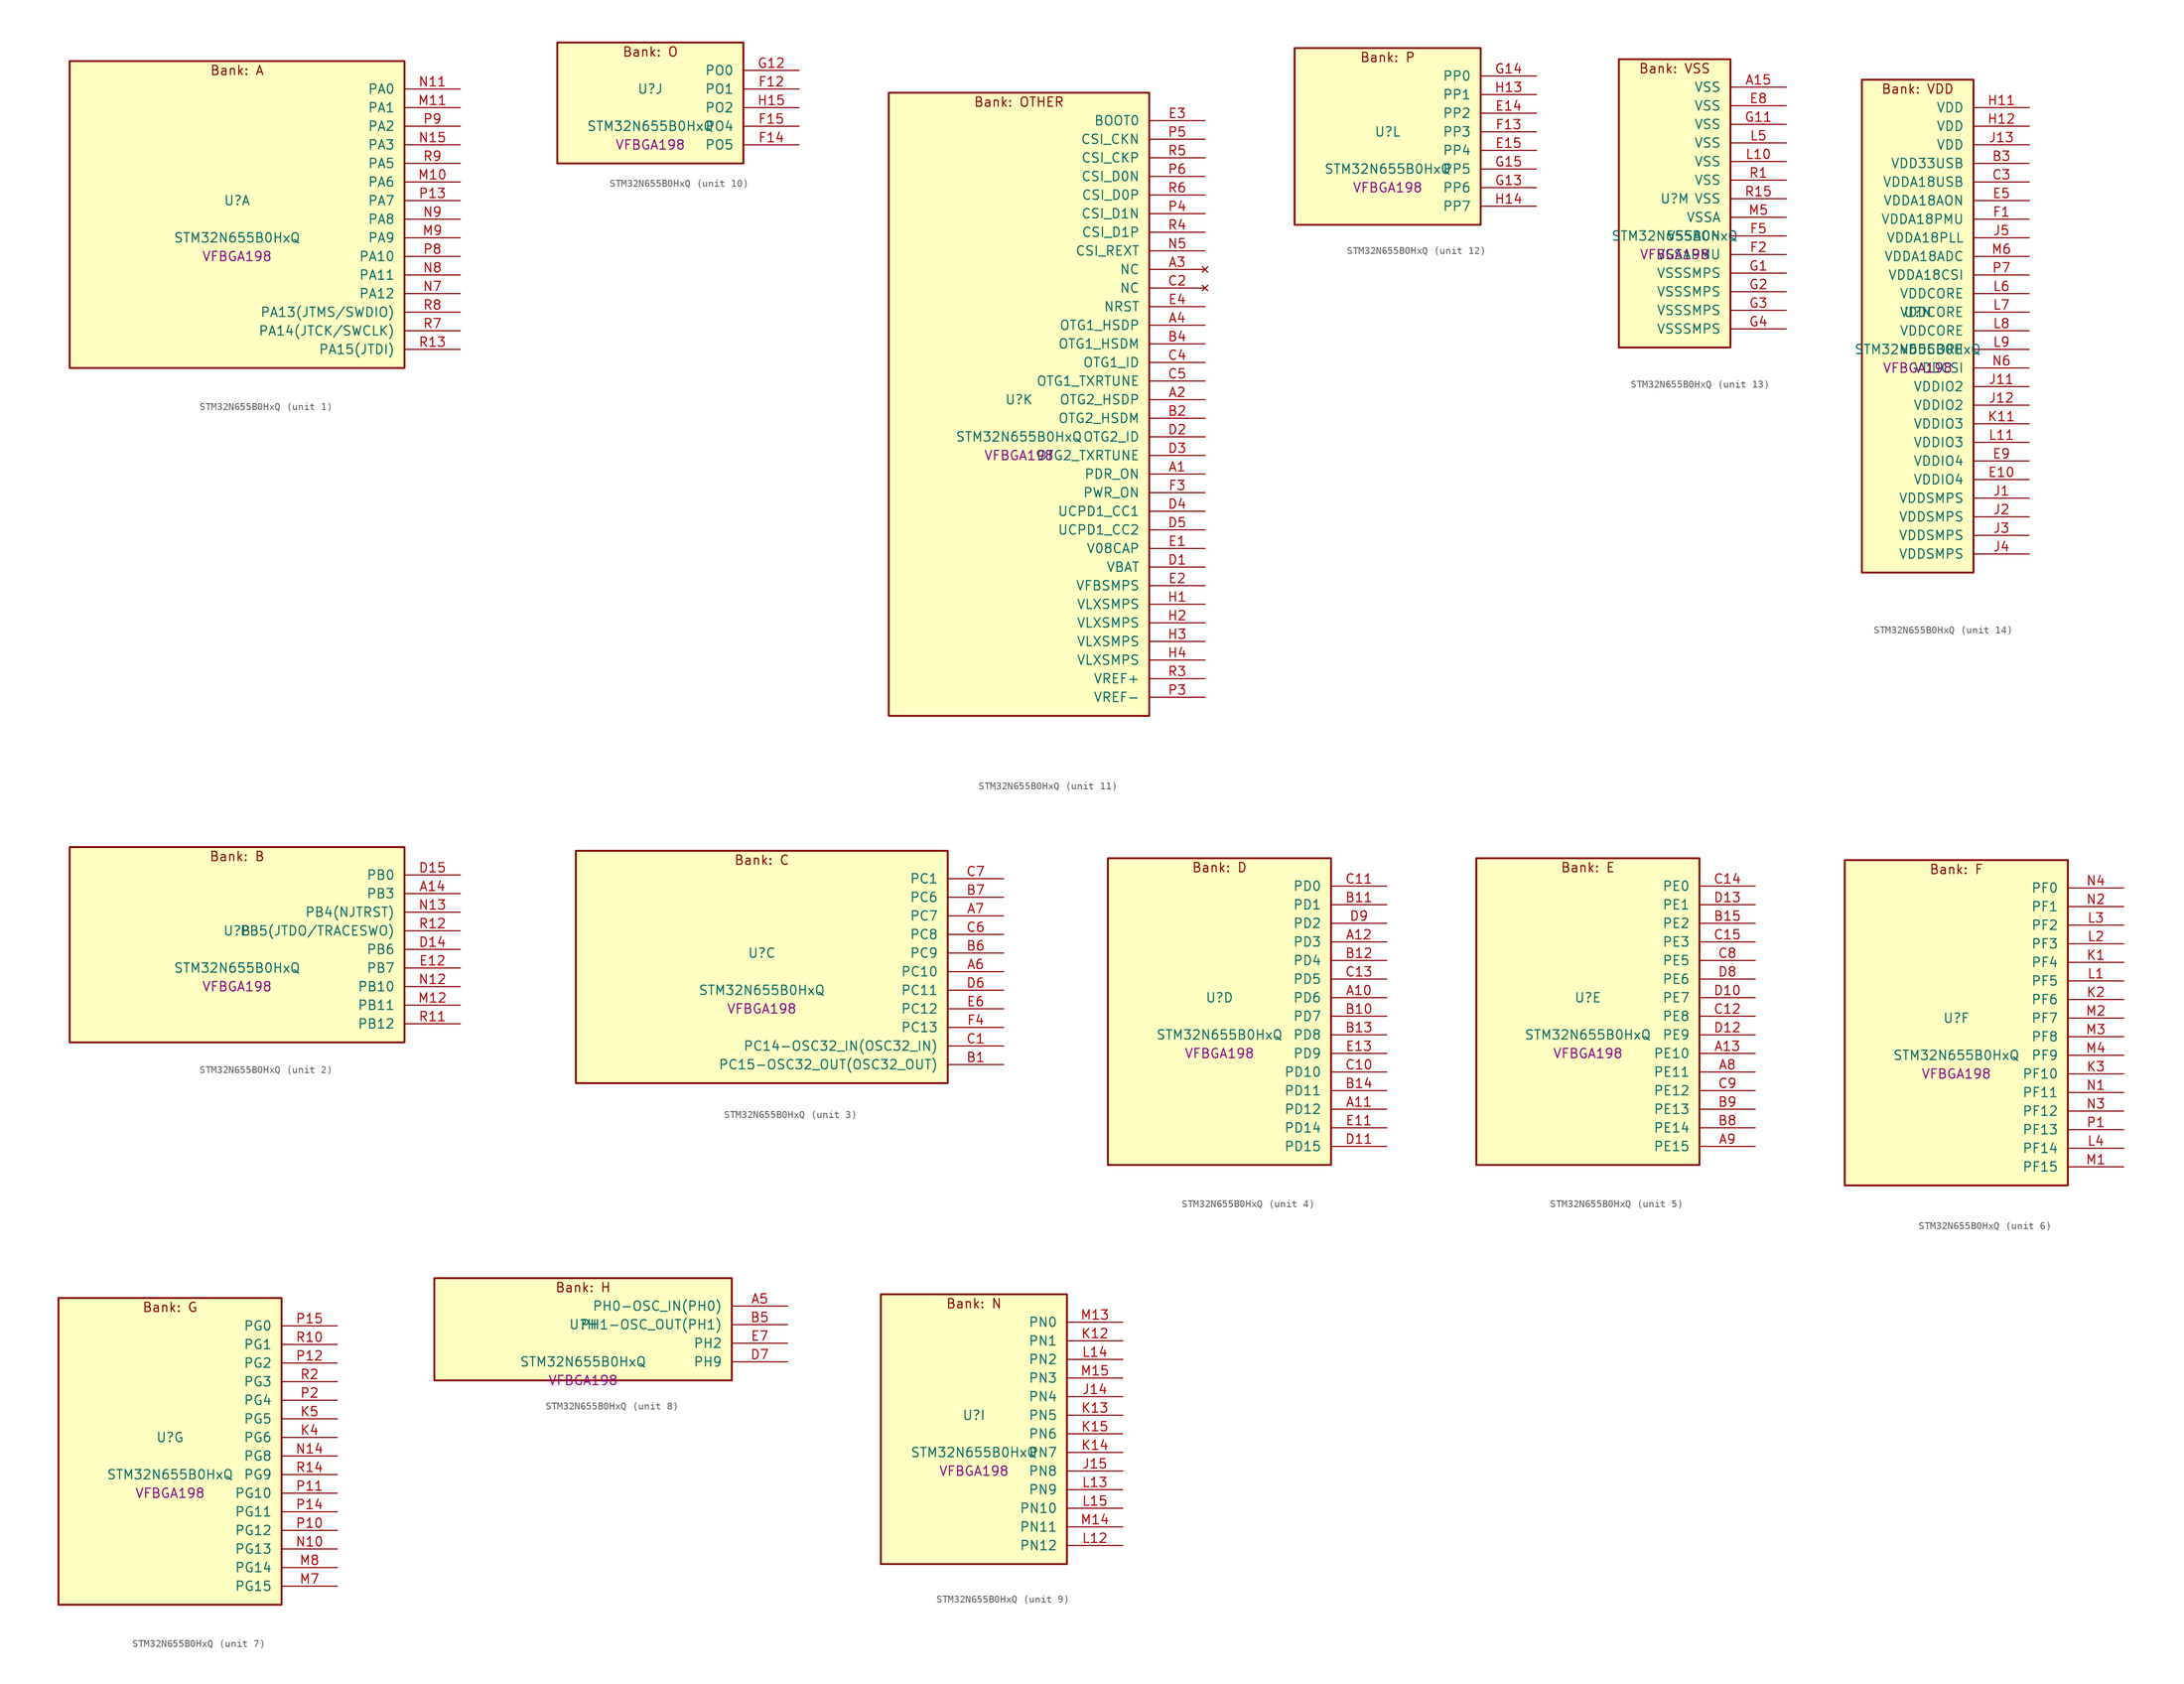
<source format=kicad_sym>
(kicad_symbol_lib
  (version 20241209)
  (generator "stm32_pkl_generator")
  (generator_version "1.0")
  (symbol "STM32N655B0HxQ"
    (pin_names
      (offset 1.27))
    (property "Reference" "U"
      (at 0 2.54 0))
    (property "Value" "STM32N655B0HxQ"
      (at 0 -2.54 0))
    (property "Footprint" "VFBGA198"
      (at 0 -5.08 0))
    (symbol "STM32N655B0HxQ_1_1"
      (rectangle (start -22.86 21.59) (end 22.86 -20.32) (stroke (width 0.254) (type solid)) (fill (type background)))
      (text "Bank: A" (at 0 20.32 0))
      (pin bidirectional line (at 30.48 17.78 180) (length 7.62) (name "PA0") (number "N11") (alternate "PA0/ADC1_INN1" bidirectional line) (alternate "PA0/ADC1_INP0" bidirectional line) (alternate "PA0/ADC2_INN1" bidirectional line) (alternate "PA0/ADC2_INP0" bidirectional line) (alternate "PA0/FMC_D7" bidirectional line) (alternate "PA0/FMC_DA7" bidirectional line) (alternate "PA0/HDP_HDP0" bidirectional line) (alternate "PA0/I2S6_WS" bidirectional line) (alternate "PA0/LTDC_G3" bidirectional line) (alternate "PA0/PWR_WKUP1" bidirectional line) (alternate "PA0/SAI2_SD_B" bidirectional line) (alternate "PA0/SPI6_NSS" bidirectional line) (alternate "PA0/TIM15_BKIN" bidirectional line) (alternate "PA0/TIM2_CH1" bidirectional line) (alternate "PA0/TIM5_CH1" bidirectional line) (alternate "PA0/TIM9_CH1" bidirectional line) (alternate "PA0/UART4_TX" bidirectional line) (alternate "PA0/USART2_CTS" bidirectional line) (alternate "PA0/USART2_NSS" bidirectional line))
      (pin bidirectional line (at 30.48 15.24 180) (length 7.62) (name "PA1") (number "M11") (alternate "PA1/ADC1_INP1" bidirectional line) (alternate "PA1/ADC2_INP1" bidirectional line) (alternate "PA1/DCMIPP_D0" bidirectional line) (alternate "PA1/DCMI_D0" bidirectional line) (alternate "PA1/FMC_D6" bidirectional line) (alternate "PA1/FMC_DA6" bidirectional line) (alternate "PA1/HDP_HDP1" bidirectional line) (alternate "PA1/LPTIM3_IN1" bidirectional line) (alternate "PA1/LTDC_G2" bidirectional line) (alternate "PA1/PSSI_D0" bidirectional line) (alternate "PA1/SAI2_MCLK_B" bidirectional line) (alternate "PA1/TIM15_CH1N" bidirectional line) (alternate "PA1/TIM2_CH2" bidirectional line) (alternate "PA1/TIM5_CH2" bidirectional line) (alternate "PA1/UART4_RX" bidirectional line) (alternate "PA1/USART2_RTS" bidirectional line))
      (pin bidirectional line (at 30.48 12.7 180) (length 7.62) (name "PA2") (number "P9") (alternate "PA2/ADC1_INP14" bidirectional line) (alternate "PA2/ADC2_INP14" bidirectional line) (alternate "PA2/FMC_D5" bidirectional line) (alternate "PA2/FMC_DA5" bidirectional line) (alternate "PA2/HDP_HDP2" bidirectional line) (alternate "PA2/LPTIM3_IN2" bidirectional line) (alternate "PA2/LTDC_B7" bidirectional line) (alternate "PA2/MDIOS_MDIO" bidirectional line) (alternate "PA2/PWR_WKUP2" bidirectional line) (alternate "PA2/SAI2_SCK_B" bidirectional line) (alternate "PA2/TIM15_CH1" bidirectional line) (alternate "PA2/TIM2_CH3" bidirectional line) (alternate "PA2/TIM5_CH3" bidirectional line) (alternate "PA2/USART2_TX" bidirectional line))
      (pin bidirectional line (at 30.48 10.16 180) (length 7.62) (name "PA3") (number "N15") (alternate "PA3/FMC_A17" bidirectional line) (alternate "PA3/FMC_ALE" bidirectional line) (alternate "PA3/SAI1_SD_B" bidirectional line) (alternate "PA3/SPI5_NSS" bidirectional line) (alternate "PA3/TIM16_CH1" bidirectional line) (alternate "PA3/UART7_RX" bidirectional line))
      (pin bidirectional line (at 30.48 7.62 180) (length 7.62) (name "PA5") (number "R9") (alternate "PA5/ADC2_INP18" bidirectional line) (alternate "PA5/DCMIPP_D8" bidirectional line) (alternate "PA5/DCMI_D8" bidirectional line) (alternate "PA5/FMC_NOE" bidirectional line) (alternate "PA5/HDP_HDP5" bidirectional line) (alternate "PA5/I2S1_CK" bidirectional line) (alternate "PA5/I2S6_CK" bidirectional line) (alternate "PA5/I3C1_SCL" bidirectional line) (alternate "PA5/LTDC_CLK" bidirectional line) (alternate "PA5/PSSI_D8" bidirectional line) (alternate "PA5/PWR_CSTOP" bidirectional line) (alternate "PA5/SPI1_SCK" bidirectional line) (alternate "PA5/SPI6_SCK" bidirectional line) (alternate "PA5/TIM10_CH1" bidirectional line) (alternate "PA5/TIM2_CH1" bidirectional line) (alternate "PA5/TIM2_ETR" bidirectional line) (alternate "PA5/TIM9_CH2" bidirectional line))
      (pin bidirectional line (at 30.48 5.08 180) (length 7.62) (name "PA6") (number "M10") (alternate "PA6/ADC1_INP3" bidirectional line) (alternate "PA6/ADC2_INP3" bidirectional line) (alternate "PA6/BOOT1" bidirectional line) (alternate "PA6/DCMIPP_PIXCLK" bidirectional line) (alternate "PA6/DCMI_PIXCLK" bidirectional line) (alternate "PA6/HDP_HDP6" bidirectional line) (alternate "PA6/I2S1_SDI" bidirectional line) (alternate "PA6/I2S6_SDI" bidirectional line) (alternate "PA6/I3C1_SDA" bidirectional line) (alternate "PA6/LPTIM3_ETR" bidirectional line) (alternate "PA6/LTDC_B7" bidirectional line) (alternate "PA6/LTDC_HSYNC" bidirectional line) (alternate "PA6/MDIOS_MDC" bidirectional line) (alternate "PA6/PSSI_PDCK" bidirectional line) (alternate "PA6/SPI1_MISO" bidirectional line) (alternate "PA6/SPI6_MISO" bidirectional line) (alternate "PA6/TIM13_CH1" bidirectional line) (alternate "PA6/TIM1_BKIN" bidirectional line) (alternate "PA6/TIM3_CH1" bidirectional line))
      (pin bidirectional line (at 30.48 2.54 180) (length 7.62) (name "PA7") (number "P13") (alternate "PA7/HDP_HDP7" bidirectional line) (alternate "PA7/I2S1_SDO" bidirectional line) (alternate "PA7/I2S6_SDO" bidirectional line) (alternate "PA7/LTDC_B1" bidirectional line) (alternate "PA7/LTDC_R4" bidirectional line) (alternate "PA7/SPI1_MOSI" bidirectional line) (alternate "PA7/SPI6_MOSI" bidirectional line) (alternate "PA7/TIM14_CH1" bidirectional line) (alternate "PA7/TIM1_CH1N" bidirectional line) (alternate "PA7/TIM3_CH2" bidirectional line) (alternate "PA7/USART1_RX" bidirectional line))
      (pin bidirectional line (at 30.48 0 180) (length 7.62) (name "PA8") (number "N9") (alternate "PA8/ADC1_INP5" bidirectional line) (alternate "PA8/ADC2_INP5" bidirectional line) (alternate "PA8/FMC_D4" bidirectional line) (alternate "PA8/FMC_DA4" bidirectional line) (alternate "PA8/HDP_HDP0" bidirectional line) (alternate "PA8/I2C3_SCL" bidirectional line) (alternate "PA8/I3C2_SCL" bidirectional line) (alternate "PA8/LTDC_B6" bidirectional line) (alternate "PA8/RCC_MCO_1" bidirectional line) (alternate "PA8/TIM11_CH1" bidirectional line) (alternate "PA8/TIM1_CH1" bidirectional line) (alternate "PA8/UART7_RX" bidirectional line) (alternate "PA8/USART1_CK" bidirectional line))
      (pin bidirectional line (at 30.48 -2.54 180) (length 7.62) (name "PA9") (number "M9") (alternate "PA9/ADC1_INP10" bidirectional line) (alternate "PA9/ADC2_INP10" bidirectional line) (alternate "PA9/DCMIPP_D0" bidirectional line) (alternate "PA9/DCMI_D0" bidirectional line) (alternate "PA9/FMC_D3" bidirectional line) (alternate "PA9/FMC_DA3" bidirectional line) (alternate "PA9/HDP_HDP1" bidirectional line) (alternate "PA9/I2C3_SDA" bidirectional line) (alternate "PA9/I2S2_CK" bidirectional line) (alternate "PA9/I3C2_SDA" bidirectional line) (alternate "PA9/LPUART1_TX" bidirectional line) (alternate "PA9/LTDC_B5" bidirectional line) (alternate "PA9/PSSI_D0" bidirectional line) (alternate "PA9/SPI2_SCK" bidirectional line) (alternate "PA9/TIM1_CH2" bidirectional line) (alternate "PA9/USART1_TX" bidirectional line))
      (pin bidirectional line (at 30.48 -5.08 180) (length 7.62) (name "PA10") (number "P8") (alternate "PA10/ADC1_INN10" bidirectional line) (alternate "PA10/ADC1_INP11" bidirectional line) (alternate "PA10/ADC2_INN10" bidirectional line) (alternate "PA10/ADC2_INP11" bidirectional line) (alternate "PA10/DCMIPP_D1" bidirectional line) (alternate "PA10/DCMI_D1" bidirectional line) (alternate "PA10/FMC_D2" bidirectional line) (alternate "PA10/FMC_DA2" bidirectional line) (alternate "PA10/HDP_HDP2" bidirectional line) (alternate "PA10/LPUART1_RX" bidirectional line) (alternate "PA10/LTDC_B4" bidirectional line) (alternate "PA10/MDIOS_MDIO" bidirectional line) (alternate "PA10/PSSI_D1" bidirectional line) (alternate "PA10/PWR_CSLEEP" bidirectional line) (alternate "PA10/TIM1_CH3" bidirectional line) (alternate "PA10/USART1_RX" bidirectional line))
      (pin bidirectional line (at 30.48 -7.62 180) (length 7.62) (name "PA11") (number "N8") (alternate "PA11/ADC1_EXTI11" bidirectional line) (alternate "PA11/ADC1_INN11" bidirectional line) (alternate "PA11/ADC1_INP12" bidirectional line) (alternate "PA11/ADC2_EXTI11" bidirectional line) (alternate "PA11/ADC2_INN11" bidirectional line) (alternate "PA11/ADC2_INP12" bidirectional line) (alternate "PA11/FDCAN1_RX" bidirectional line) (alternate "PA11/FMC_D1" bidirectional line) (alternate "PA11/FMC_DA1" bidirectional line) (alternate "PA11/HDP_HDP3" bidirectional line) (alternate "PA11/I2S2_WS" bidirectional line) (alternate "PA11/LPUART1_CTS" bidirectional line) (alternate "PA11/LTDC_B3" bidirectional line) (alternate "PA11/SPI2_NSS" bidirectional line) (alternate "PA11/TIM1_CH4" bidirectional line) (alternate "PA11/UART4_RX" bidirectional line) (alternate "PA11/USART1_CTS" bidirectional line) (alternate "PA11/USART1_NSS" bidirectional line))
      (pin bidirectional line (at 30.48 -10.16 180) (length 7.62) (name "PA12") (number "N7") (alternate "PA12/ADC1_INN12" bidirectional line) (alternate "PA12/ADC1_INP13" bidirectional line) (alternate "PA12/ADC2_INN12" bidirectional line) (alternate "PA12/ADC2_INP13" bidirectional line) (alternate "PA12/FDCAN1_TX" bidirectional line) (alternate "PA12/FMC_D0" bidirectional line) (alternate "PA12/FMC_DA0" bidirectional line) (alternate "PA12/HDP_HDP4" bidirectional line) (alternate "PA12/I2S2_CK" bidirectional line) (alternate "PA12/LPUART1_RTS" bidirectional line) (alternate "PA12/LTDC_B2" bidirectional line) (alternate "PA12/SAI2_FS_B" bidirectional line) (alternate "PA12/SPI2_SCK" bidirectional line) (alternate "PA12/TIM1_ETR" bidirectional line) (alternate "PA12/UART4_TX" bidirectional line) (alternate "PA12/USART1_RTS" bidirectional line))
      (pin bidirectional line (at 30.48 -12.7 180) (length 7.62) (name "PA13(JTMS/SWDIO)") (number "R8") (alternate "PA13(JTMS/SWDIO)/DEBUG_JTMS-SWDIO" bidirectional line) (alternate "PA13(JTMS/SWDIO)/HDP_HDP5" bidirectional line))
      (pin bidirectional line (at 30.48 -15.24 180) (length 7.62) (name "PA14(JTCK/SWCLK)") (number "R7") (alternate "PA14(JTCK/SWCLK)/DEBUG_JTCK-SWCLK" bidirectional line) (alternate "PA14(JTCK/SWCLK)/HDP_HDP6" bidirectional line))
      (pin bidirectional line (at 30.48 -17.78 180) (length 7.62) (name "PA15(JTDI)") (number "R13") (alternate "PA15(JTDI)/ADC1_EXTI15" bidirectional line) (alternate "PA15(JTDI)/ADC2_EXTI15" bidirectional line) (alternate "PA15(JTDI)/DEBUG_JTDI" bidirectional line) (alternate "PA15(JTDI)/FMC_D15" bidirectional line) (alternate "PA15(JTDI)/FMC_DA15" bidirectional line) (alternate "PA15(JTDI)/HDP_HDP7" bidirectional line) (alternate "PA15(JTDI)/I2S1_WS" bidirectional line) (alternate "PA15(JTDI)/I2S3_WS" bidirectional line) (alternate "PA15(JTDI)/I2S6_WS" bidirectional line) (alternate "PA15(JTDI)/LTDC_R5" bidirectional line) (alternate "PA15(JTDI)/SPI1_NSS" bidirectional line) (alternate "PA15(JTDI)/SPI3_NSS" bidirectional line) (alternate "PA15(JTDI)/SPI6_NSS" bidirectional line) (alternate "PA15(JTDI)/TIM2_CH1" bidirectional line) (alternate "PA15(JTDI)/TIM2_ETR" bidirectional line) (alternate "PA15(JTDI)/UART4_DE" bidirectional line) (alternate "PA15(JTDI)/UART4_RTS" bidirectional line) (alternate "PA15(JTDI)/UART7_TX" bidirectional line)))
    (symbol "STM32N655B0HxQ_2_1"
      (rectangle (start -22.86 13.97) (end 22.86 -12.7) (stroke (width 0.254) (type solid)) (fill (type background)))
      (text "Bank: B" (at 0 12.7 0))
      (pin bidirectional line (at 30.48 10.16 180) (length 7.62) (name "PB0") (number "D15") (alternate "PB0/ADF1_SDI0" bidirectional line) (alternate "PB0/DCMIPP_D4" bidirectional line) (alternate "PB0/DCMI_D4" bidirectional line) (alternate "PB0/DEBUG_TRACED1" bidirectional line) (alternate "PB0/FMC_D13" bidirectional line) (alternate "PB0/FMC_DA13" bidirectional line) (alternate "PB0/MDF1_SDI2" bidirectional line) (alternate "PB0/PSSI_D4" bidirectional line) (alternate "PB0/SAI1_D2" bidirectional line) (alternate "PB0/SAI1_FS_A" bidirectional line) (alternate "PB0/SPI4_NSS" bidirectional line) (alternate "PB0/TIM15_CH1N" bidirectional line) (alternate "PB0/TIM1_CH4" bidirectional line))
      (pin bidirectional line (at 30.48 7.62 180) (length 7.62) (name "PB3") (number "A14") (alternate "PB3/DEBUG_JTDO-SWO" bidirectional line) (alternate "PB3/DEBUG_TRACECLK" bidirectional line) (alternate "PB3/FMC_A23" bidirectional line) (alternate "PB3/FMC_NBL1" bidirectional line) (alternate "PB3/GFXTIM_FCKCAL" bidirectional line) (alternate "PB3/GFXTIM_LCKCAL" bidirectional line) (alternate "PB3/HDP_HDP0" bidirectional line) (alternate "PB3/MDF1_CKI1" bidirectional line) (alternate "PB3/SAI2_FS_B" bidirectional line) (alternate "PB3/TIM1_CH4N" bidirectional line) (alternate "PB3/USART1_CK" bidirectional line))
      (pin bidirectional line (at 30.48 5.08 180) (length 7.62) (name "PB4(NJTRST)") (number "N13") (alternate "PB4(NJTRST)/DCMIPP_VSYNC" bidirectional line) (alternate "PB4(NJTRST)/DCMI_VSYNC" bidirectional line) (alternate "PB4(NJTRST)/DEBUG_NJTRST" bidirectional line) (alternate "PB4(NJTRST)/FMC_D13" bidirectional line) (alternate "PB4(NJTRST)/FMC_DA13" bidirectional line) (alternate "PB4(NJTRST)/HDP_HDP4" bidirectional line) (alternate "PB4(NJTRST)/I2S1_SDI" bidirectional line) (alternate "PB4(NJTRST)/I2S2_WS" bidirectional line) (alternate "PB4(NJTRST)/I2S3_SDI" bidirectional line) (alternate "PB4(NJTRST)/I2S6_SDI" bidirectional line) (alternate "PB4(NJTRST)/LTDC_R3" bidirectional line) (alternate "PB4(NJTRST)/PSSI_RDY" bidirectional line) (alternate "PB4(NJTRST)/SPI1_MISO" bidirectional line) (alternate "PB4(NJTRST)/SPI2_NSS" bidirectional line) (alternate "PB4(NJTRST)/SPI3_MISO" bidirectional line) (alternate "PB4(NJTRST)/SPI6_MISO" bidirectional line) (alternate "PB4(NJTRST)/TIM16_BKIN" bidirectional line) (alternate "PB4(NJTRST)/TIM3_CH1" bidirectional line) (alternate "PB4(NJTRST)/UART7_TX" bidirectional line))
      (pin bidirectional line (at 30.48 2.54 180) (length 7.62) (name "PB5(JTDO/TRACESWO)") (number "R12") (alternate "PB5(JTDO/TRACESWO)/DCMIPP_D10" bidirectional line) (alternate "PB5(JTDO/TRACESWO)/DCMI_D10" bidirectional line) (alternate "PB5(JTDO/TRACESWO)/DEBUG_JTDO-SWO" bidirectional line) (alternate "PB5(JTDO/TRACESWO)/FDCAN2_RX" bidirectional line) (alternate "PB5(JTDO/TRACESWO)/FMC_D12" bidirectional line) (alternate "PB5(JTDO/TRACESWO)/FMC_DA12" bidirectional line) (alternate "PB5(JTDO/TRACESWO)/HDP_HDP5" bidirectional line) (alternate "PB5(JTDO/TRACESWO)/I2C1_SMBA" bidirectional line) (alternate "PB5(JTDO/TRACESWO)/I2S1_SDO" bidirectional line) (alternate "PB5(JTDO/TRACESWO)/I2S3_SDO" bidirectional line) (alternate "PB5(JTDO/TRACESWO)/I2S6_SDO" bidirectional line) (alternate "PB5(JTDO/TRACESWO)/LTDC_R2" bidirectional line) (alternate "PB5(JTDO/TRACESWO)/PSSI_D10" bidirectional line) (alternate "PB5(JTDO/TRACESWO)/SPI1_MOSI" bidirectional line) (alternate "PB5(JTDO/TRACESWO)/SPI3_MOSI" bidirectional line) (alternate "PB5(JTDO/TRACESWO)/SPI6_MOSI" bidirectional line) (alternate "PB5(JTDO/TRACESWO)/TIM17_BKIN" bidirectional line) (alternate "PB5(JTDO/TRACESWO)/TIM3_CH2" bidirectional line) (alternate "PB5(JTDO/TRACESWO)/UART5_RX" bidirectional line))
      (pin bidirectional line (at 30.48 0 180) (length 7.62) (name "PB6") (number "D14") (alternate "PB6/ADF1_CCK1" bidirectional line) (alternate "PB6/DCMIPP_D6" bidirectional line) (alternate "PB6/DCMI_D6" bidirectional line) (alternate "PB6/DEBUG_TRACED2" bidirectional line) (alternate "PB6/FMC_D14" bidirectional line) (alternate "PB6/FMC_DA14" bidirectional line) (alternate "PB6/MDF1_CCK1" bidirectional line) (alternate "PB6/PSSI_D6" bidirectional line) (alternate "PB6/SAI1_CK2" bidirectional line) (alternate "PB6/SAI1_SCK_A" bidirectional line) (alternate "PB6/SPI4_MISO" bidirectional line) (alternate "PB6/TIM15_CH1" bidirectional line))
      (pin bidirectional line (at 30.48 -2.54 180) (length 7.62) (name "PB7") (number "E12") (alternate "PB7/ADF1_SDI0" bidirectional line) (alternate "PB7/DCMIPP_D7" bidirectional line) (alternate "PB7/DCMI_D7" bidirectional line) (alternate "PB7/DEBUG_TRACED3" bidirectional line) (alternate "PB7/FMC_D15" bidirectional line) (alternate "PB7/FMC_DA15" bidirectional line) (alternate "PB7/MDF1_SDI1" bidirectional line) (alternate "PB7/PSSI_D7" bidirectional line) (alternate "PB7/SAI1_D1" bidirectional line) (alternate "PB7/SAI1_SD_A" bidirectional line) (alternate "PB7/SAI2_MCLK_B" bidirectional line) (alternate "PB7/SPI4_MOSI" bidirectional line) (alternate "PB7/TIM15_CH2" bidirectional line) (alternate "PB7/TIM1_BKIN2" bidirectional line))
      (pin bidirectional line (at 30.48 -5.08 180) (length 7.62) (name "PB10") (number "N12") (alternate "PB10/ADC1_INN4" bidirectional line) (alternate "PB10/ADC1_INP8" bidirectional line) (alternate "PB10/ADC2_INN4" bidirectional line) (alternate "PB10/ADC2_INP8" bidirectional line) (alternate "PB10/FMC_D11" bidirectional line) (alternate "PB10/FMC_DA11" bidirectional line) (alternate "PB10/HDP_HDP2" bidirectional line) (alternate "PB10/I2C2_SCL" bidirectional line) (alternate "PB10/I2S2_CK" bidirectional line) (alternate "PB10/I3C2_SCL" bidirectional line) (alternate "PB10/LPTIM2_IN1" bidirectional line) (alternate "PB10/LTDC_G7" bidirectional line) (alternate "PB10/SPI2_SCK" bidirectional line) (alternate "PB10/TIM2_CH3" bidirectional line) (alternate "PB10/USART3_TX" bidirectional line))
      (pin bidirectional line (at 30.48 -7.62 180) (length 7.62) (name "PB11") (number "M12") (alternate "PB11/ADC1_EXTI11" bidirectional line) (alternate "PB11/ADC1_INP4" bidirectional line) (alternate "PB11/ADC2_EXTI11" bidirectional line) (alternate "PB11/ADC2_INP4" bidirectional line) (alternate "PB11/FMC_D10" bidirectional line) (alternate "PB11/FMC_DA10" bidirectional line) (alternate "PB11/HDP_HDP3" bidirectional line) (alternate "PB11/I2C2_SDA" bidirectional line) (alternate "PB11/I3C2_SDA" bidirectional line) (alternate "PB11/LPTIM2_ETR" bidirectional line) (alternate "PB11/LTDC_G6" bidirectional line) (alternate "PB11/TIM2_CH4" bidirectional line) (alternate "PB11/USART3_RX" bidirectional line))
      (pin bidirectional line (at 30.48 -10.16 180) (length 7.62) (name "PB12") (number "R11") (alternate "PB12/FDCAN2_RX" bidirectional line) (alternate "PB12/FMC_D9" bidirectional line) (alternate "PB12/FMC_DA9" bidirectional line) (alternate "PB12/HDP_HDP4" bidirectional line) (alternate "PB12/I2C2_SMBA" bidirectional line) (alternate "PB12/I2S2_WS" bidirectional line) (alternate "PB12/LPTIM2_IN2" bidirectional line) (alternate "PB12/LTDC_G5" bidirectional line) (alternate "PB12/SPI2_NSS" bidirectional line) (alternate "PB12/TIM1_BKIN" bidirectional line) (alternate "PB12/UART5_RX" bidirectional line) (alternate "PB12/USART3_CK" bidirectional line)))
    (symbol "STM32N655B0HxQ_3_1"
      (rectangle (start -25.4 16.51) (end 25.4 -15.24) (stroke (width 0.254) (type solid)) (fill (type background)))
      (text "Bank: C" (at 0 15.24 0))
      (pin bidirectional line (at 33.02 12.7 180) (length 7.62) (name "PC1") (number "C7") (alternate "PC1/DCMIPP_D7" bidirectional line) (alternate "PC1/DCMI_D7" bidirectional line) (alternate "PC1/FDCAN1_TX" bidirectional line) (alternate "PC1/HDP_HDP1" bidirectional line) (alternate "PC1/I2C1_SDA" bidirectional line) (alternate "PC1/I2S2_WS" bidirectional line) (alternate "PC1/I3C1_SDA" bidirectional line) (alternate "PC1/PSSI_D7" bidirectional line) (alternate "PC1/SDMMC1_CDIR" bidirectional line) (alternate "PC1/SDMMC1_D5" bidirectional line) (alternate "PC1/SPI2_NSS" bidirectional line) (alternate "PC1/TIM17_CH1" bidirectional line) (alternate "PC1/TIM4_CH4" bidirectional line) (alternate "PC1/UART4_TX" bidirectional line))
      (pin bidirectional line (at 33.02 10.16 180) (length 7.62) (name "PC6") (number "B7") (alternate "PC6/DCMIPP_D1" bidirectional line) (alternate "PC6/DCMI_D1" bidirectional line) (alternate "PC6/HDP_HDP6" bidirectional line) (alternate "PC6/I2S2_MCK" bidirectional line) (alternate "PC6/PSSI_D1" bidirectional line) (alternate "PC6/SDMMC1_D0DIR" bidirectional line) (alternate "PC6/SDMMC1_D6" bidirectional line) (alternate "PC6/TIM1_CH1" bidirectional line) (alternate "PC6/TIM3_CH1" bidirectional line) (alternate "PC6/TIM9_CH1" bidirectional line) (alternate "PC6/USART6_TX" bidirectional line))
      (pin bidirectional line (at 33.02 7.62 180) (length 7.62) (name "PC7") (number "A7") (alternate "PC7/DCMIPP_D1" bidirectional line) (alternate "PC7/DCMI_D1" bidirectional line) (alternate "PC7/DEBUG_TRGIO" bidirectional line) (alternate "PC7/HDP_HDP7" bidirectional line) (alternate "PC7/I2S3_MCK" bidirectional line) (alternate "PC7/PSSI_D1" bidirectional line) (alternate "PC7/SDMMC1_D123DIR" bidirectional line) (alternate "PC7/SDMMC1_D7" bidirectional line) (alternate "PC7/TIM16_CH1N" bidirectional line) (alternate "PC7/TIM3_CH2" bidirectional line) (alternate "PC7/TIM9_CH2" bidirectional line) (alternate "PC7/USART6_RX" bidirectional line))
      (pin bidirectional line (at 33.02 5.08 180) (length 7.62) (name "PC8") (number "C6") (alternate "PC8/DCMIPP_D2" bidirectional line) (alternate "PC8/DCMI_D2" bidirectional line) (alternate "PC8/DEBUG_TRACED1" bidirectional line) (alternate "PC8/FMC_NE4" bidirectional line) (alternate "PC8/HDP_HDP0" bidirectional line) (alternate "PC8/I2C3_SMBA" bidirectional line) (alternate "PC8/LTDC_B0" bidirectional line) (alternate "PC8/PSSI_D2" bidirectional line) (alternate "PC8/SDMMC1_D0" bidirectional line) (alternate "PC8/TIM3_CH3" bidirectional line) (alternate "PC8/UART5_DE" bidirectional line) (alternate "PC8/UART5_RTS" bidirectional line) (alternate "PC8/UCPD1_FRSTX1" bidirectional line) (alternate "PC8/USART6_CK" bidirectional line))
      (pin bidirectional line (at 33.02 2.54 180) (length 7.62) (name "PC9") (number "B6") (alternate "PC9/AUDIOCLK" bidirectional line) (alternate "PC9/DCMIPP_D3" bidirectional line) (alternate "PC9/DCMI_D3" bidirectional line) (alternate "PC9/HDP_HDP1" bidirectional line) (alternate "PC9/I2C3_SDA" bidirectional line) (alternate "PC9/LTDC_B3" bidirectional line) (alternate "PC9/PSSI_D3" bidirectional line) (alternate "PC9/RCC_MCO_2" bidirectional line) (alternate "PC9/SDMMC1_D1" bidirectional line) (alternate "PC9/TIM3_CH4" bidirectional line) (alternate "PC9/UART5_CTS" bidirectional line) (alternate "PC9/UCPD1_FRSTX2" bidirectional line) (alternate "PC9/USART6_RX" bidirectional line))
      (pin bidirectional line (at 33.02 0 180) (length 7.62) (name "PC10") (number "A6") (alternate "PC10/DCMIPP_D14" bidirectional line) (alternate "PC10/FMC_CLK" bidirectional line) (alternate "PC10/HDP_HDP2" bidirectional line) (alternate "PC10/I2C4_SCL" bidirectional line) (alternate "PC10/I2S3_CK" bidirectional line) (alternate "PC10/I3C2_SCL" bidirectional line) (alternate "PC10/PSSI_D14" bidirectional line) (alternate "PC10/SDMMC1_D2" bidirectional line) (alternate "PC10/SPI3_SCK" bidirectional line) (alternate "PC10/TIM1_BKIN" bidirectional line) (alternate "PC10/UART4_TX" bidirectional line) (alternate "PC10/USART3_TX" bidirectional line))
      (pin bidirectional line (at 33.02 -2.54 180) (length 7.62) (name "PC11") (number "D6") (alternate "PC11/ADC1_EXTI11" bidirectional line) (alternate "PC11/ADC2_EXTI11" bidirectional line) (alternate "PC11/DCMIPP_D4" bidirectional line) (alternate "PC11/DCMI_D4" bidirectional line) (alternate "PC11/HDP_HDP3" bidirectional line) (alternate "PC11/I2C4_SDA" bidirectional line) (alternate "PC11/I2S3_SDI" bidirectional line) (alternate "PC11/I3C2_SDA" bidirectional line) (alternate "PC11/PSSI_D4" bidirectional line) (alternate "PC11/SDMMC1_D3" bidirectional line) (alternate "PC11/SPI3_MISO" bidirectional line) (alternate "PC11/UART4_RX" bidirectional line) (alternate "PC11/USART3_RX" bidirectional line))
      (pin bidirectional line (at 33.02 -5.08 180) (length 7.62) (name "PC12") (number "E6") (alternate "PC12/DCMIPP_D9" bidirectional line) (alternate "PC12/DCMI_D9" bidirectional line) (alternate "PC12/DEBUG_TRACED3" bidirectional line) (alternate "PC12/FMC_NL" bidirectional line) (alternate "PC12/HDP_HDP4" bidirectional line) (alternate "PC12/I2S3_SDO" bidirectional line) (alternate "PC12/I2S6_CK" bidirectional line) (alternate "PC12/PSSI_D9" bidirectional line) (alternate "PC12/SDMMC1_CK" bidirectional line) (alternate "PC12/SPI3_MOSI" bidirectional line) (alternate "PC12/SPI6_SCK" bidirectional line) (alternate "PC12/TIM15_CH1" bidirectional line) (alternate "PC12/TIM1_CH4" bidirectional line) (alternate "PC12/UART5_TX" bidirectional line) (alternate "PC12/USART3_CK" bidirectional line))
      (pin bidirectional line (at 33.02 -7.62 180) (length 7.62) (name "PC13") (number "F4") (alternate "PC13/HDP_HDP5" bidirectional line) (alternate "PC13/PWR_WKUP3" bidirectional line) (alternate "PC13/RTC_OUT1" bidirectional line) (alternate "PC13/RTC_TS" bidirectional line) (alternate "PC13/TAMP_IN1" bidirectional line) (alternate "PC13/TAMP_OUT2" bidirectional line))
      (pin bidirectional line (at 33.02 -10.16 180) (length 7.62) (name "PC14-OSC32_IN(OSC32_IN)") (number "C1") (alternate "PC14-OSC32_IN(OSC32_IN)/RCC_OSC32_IN" bidirectional line))
      (pin bidirectional line (at 33.02 -12.7 180) (length 7.62) (name "PC15-OSC32_OUT(OSC32_OUT)") (number "B1") (alternate "PC15-OSC32_OUT(OSC32_OUT)/ADC1_EXTI15" bidirectional line) (alternate "PC15-OSC32_OUT(OSC32_OUT)/ADC2_EXTI15" bidirectional line) (alternate "PC15-OSC32_OUT(OSC32_OUT)/RCC_OSC32_OUT" bidirectional line)))
    (symbol "STM32N655B0HxQ_4_1"
      (rectangle (start -15.24 21.59) (end 15.24 -20.32) (stroke (width 0.254) (type solid)) (fill (type background)))
      (text "Bank: D" (at 0 20.32 0))
      (pin bidirectional line (at 22.86 17.78 180) (length 7.62) (name "PD0") (number "C11") (alternate "PD0/DCMIPP_HSYNC" bidirectional line) (alternate "PD0/DCMI_HSYNC" bidirectional line) (alternate "PD0/FDCAN1_RX" bidirectional line) (alternate "PD0/FMC_A6" bidirectional line) (alternate "PD0/FMC_A22" bidirectional line) (alternate "PD0/PSSI_DE" bidirectional line) (alternate "PD0/TIM1_ETR" bidirectional line) (alternate "PD0/UART4_RX" bidirectional line) (alternate "PD0/UART9_CTS" bidirectional line))
      (pin bidirectional line (at 22.86 15.24 180) (length 7.62) (name "PD1") (number "B11") (alternate "PD1/ETH1_MDC" bidirectional line) (alternate "PD1/FDCAN1_TX" bidirectional line) (alternate "PD1/FMC_A7" bidirectional line) (alternate "PD1/FMC_A23" bidirectional line) (alternate "PD1/UART4_TX" bidirectional line))
      (pin bidirectional line (at 22.86 12.7 180) (length 7.62) (name "PD2") (number "D9") (alternate "PD2/ADF1_SDI0" bidirectional line) (alternate "PD2/DEBUG_TRACED0" bidirectional line) (alternate "PD2/FMC_A0" bidirectional line) (alternate "PD2/FMC_A16" bidirectional line) (alternate "PD2/FMC_CLE" bidirectional line) (alternate "PD2/HDP_HDP1" bidirectional line) (alternate "PD2/I2S2_SDO" bidirectional line) (alternate "PD2/MDF1_SDI1" bidirectional line) (alternate "PD2/MDIOS_MDC" bidirectional line) (alternate "PD2/PWR_WKUP4" bidirectional line) (alternate "PD2/SAI1_D1" bidirectional line) (alternate "PD2/SAI1_SD_A" bidirectional line) (alternate "PD2/SPI2_MOSI" bidirectional line) (alternate "PD2/TIM15_CH1N" bidirectional line) (alternate "PD2/TIM1_CH3" bidirectional line))
      (pin bidirectional line (at 22.86 10.16 180) (length 7.62) (name "PD3") (number "A12") (alternate "PD3/DCMIPP_D14" bidirectional line) (alternate "PD3/ETH1_PHY_INTN" bidirectional line) (alternate "PD3/FMC_A10" bidirectional line) (alternate "PD3/I2C2_SMBA" bidirectional line) (alternate "PD3/PSSI_D14" bidirectional line) (alternate "PD3/USART6_CTS" bidirectional line))
      (pin bidirectional line (at 22.86 7.62 180) (length 7.62) (name "PD4") (number "B12") (alternate "PD4/DCMIPP_D9" bidirectional line) (alternate "PD4/DCMI_D9" bidirectional line) (alternate "PD4/FMC_A11" bidirectional line) (alternate "PD4/I2C2_SDA" bidirectional line) (alternate "PD4/PSSI_D9" bidirectional line) (alternate "PD4/SPI5_MISO" bidirectional line) (alternate "PD4/TAMP_IN7" bidirectional line) (alternate "PD4/TAMP_OUT8" bidirectional line) (alternate "PD4/TIM1_BKIN2" bidirectional line) (alternate "PD4/USART6_RTS" bidirectional line))
      (pin bidirectional line (at 22.86 5.08 180) (length 7.62) (name "PD5") (number "C13") (alternate "PD5/DCMIPP_PIXCLK" bidirectional line) (alternate "PD5/DCMI_PIXCLK" bidirectional line) (alternate "PD5/FMC_D6" bidirectional line) (alternate "PD5/FMC_DA6" bidirectional line) (alternate "PD5/PSSI_PDCK" bidirectional line) (alternate "PD5/TIM1_CH4N" bidirectional line) (alternate "PD5/USART2_TX" bidirectional line))
      (pin bidirectional line (at 22.86 2.54 180) (length 7.62) (name "PD6") (number "A10") (alternate "PD6/FMC_A1" bidirectional line) (alternate "PD6/FMC_A17" bidirectional line) (alternate "PD6/FMC_ALE" bidirectional line) (alternate "PD6/HDP_HDP2" bidirectional line) (alternate "PD6/I2S2_SDI" bidirectional line) (alternate "PD6/SPI2_MISO" bidirectional line) (alternate "PD6/TIM15_CH2" bidirectional line) (alternate "PD6/TIM1_CH1" bidirectional line))
      (pin bidirectional line (at 22.86 0 180) (length 7.62) (name "PD7") (number "B10") (alternate "PD7/DCMIPP_D0" bidirectional line) (alternate "PD7/DCMI_D0" bidirectional line) (alternate "PD7/FMC_A2" bidirectional line) (alternate "PD7/FMC_A18" bidirectional line) (alternate "PD7/HDP_HDP3" bidirectional line) (alternate "PD7/I2S2_SDO" bidirectional line) (alternate "PD7/I2S3_WS" bidirectional line) (alternate "PD7/PSSI_D0" bidirectional line) (alternate "PD7/SPI2_MOSI" bidirectional line) (alternate "PD7/SPI3_NSS" bidirectional line) (alternate "PD7/TIM15_CH1N" bidirectional line) (alternate "PD7/TIM1_CH2" bidirectional line))
      (pin bidirectional line (at 22.86 -2.54 180) (length 7.62) (name "PD8") (number "B13") (alternate "PD8/DCMIPP_D11" bidirectional line) (alternate "PD8/DCMI_D11" bidirectional line) (alternate "PD8/FMC_NBL0" bidirectional line) (alternate "PD8/LTDC_R7" bidirectional line) (alternate "PD8/PSSI_D11" bidirectional line) (alternate "PD8/TAMP_IN3" bidirectional line) (alternate "PD8/TAMP_OUT4" bidirectional line) (alternate "PD8/USART3_TX" bidirectional line))
      (pin bidirectional line (at 22.86 -5.08 180) (length 7.62) (name "PD9") (number "E13") (alternate "PD9/DCMIPP_D11" bidirectional line) (alternate "PD9/DCMI_D11" bidirectional line) (alternate "PD9/FMC_SDCLK" bidirectional line) (alternate "PD9/LTDC_R1" bidirectional line) (alternate "PD9/PSSI_D11" bidirectional line) (alternate "PD9/TAMP_IN5" bidirectional line) (alternate "PD9/TAMP_OUT6" bidirectional line) (alternate "PD9/USART3_RX" bidirectional line))
      (pin bidirectional line (at 22.86 -7.62 180) (length 7.62) (name "PD10") (number "C10") (alternate "PD10/DEBUG_TRACECLK" bidirectional line) (alternate "PD10/FMC_A3" bidirectional line) (alternate "PD10/FMC_A19" bidirectional line) (alternate "PD10/GFXTIM_TE" bidirectional line) (alternate "PD10/HDP_HDP4" bidirectional line) (alternate "PD10/I2S1_MCK" bidirectional line) (alternate "PD10/MDF1_CKI3" bidirectional line) (alternate "PD10/SAI2_FS_B" bidirectional line) (alternate "PD10/TIM1_ETR" bidirectional line) (alternate "PD10/UCPD1_FRSTX1" bidirectional line))
      (pin bidirectional line (at 22.86 -10.16 180) (length 7.62) (name "PD11") (number "B14") (alternate "PD11/ADC1_EXTI11" bidirectional line) (alternate "PD11/ADC2_EXTI11" bidirectional line) (alternate "PD11/DCMIPP_D15" bidirectional line) (alternate "PD11/FMC_D8" bidirectional line) (alternate "PD11/FMC_DA8" bidirectional line) (alternate "PD11/I2C4_SDA" bidirectional line) (alternate "PD11/I2S2_SDI" bidirectional line) (alternate "PD11/PSSI_D15" bidirectional line) (alternate "PD11/SDMMC1_D0" bidirectional line) (alternate "PD11/SPI2_MISO" bidirectional line) (alternate "PD11/UCPD1_FRSTX1" bidirectional line))
      (pin bidirectional line (at 22.86 -12.7 180) (length 7.62) (name "PD12") (number "A11") (alternate "PD12/DCMIPP_D12" bidirectional line) (alternate "PD12/DCMI_D12" bidirectional line) (alternate "PD12/ETH1_MDIO" bidirectional line) (alternate "PD12/FMC_A5" bidirectional line) (alternate "PD12/FMC_A21" bidirectional line) (alternate "PD12/HDP_HDP5" bidirectional line) (alternate "PD12/MDF1_SDI3" bidirectional line) (alternate "PD12/PSSI_D12" bidirectional line) (alternate "PD12/SAI1_D3" bidirectional line) (alternate "PD12/UCPD1_FRSTX2" bidirectional line))
      (pin bidirectional line (at 22.86 -15.24 180) (length 7.62) (name "PD14") (number "E11") (alternate "PD14/FMC_A9" bidirectional line) (alternate "PD14/I2C2_SCL" bidirectional line))
      (pin bidirectional line (at 22.86 -17.78 180) (length 7.62) (name "PD15") (number "D11") (alternate "PD15/ADC1_EXTI15" bidirectional line) (alternate "PD15/ADC2_EXTI15" bidirectional line) (alternate "PD15/FMC_A8" bidirectional line) (alternate "PD15/I2C2_SDA" bidirectional line) (alternate "PD15/LTDC_R2" bidirectional line)))
    (symbol "STM32N655B0HxQ_5_1"
      (rectangle (start -15.24 21.59) (end 15.24 -20.32) (stroke (width 0.254) (type solid)) (fill (type background)))
      (text "Bank: E" (at 0 20.32 0))
      (pin bidirectional line (at 22.86 17.78 180) (length 7.62) (name "PE0") (number "C14") (alternate "PE0/DCMIPP_D2" bidirectional line) (alternate "PE0/DCMI_D2" bidirectional line) (alternate "PE0/FMC_D9" bidirectional line) (alternate "PE0/FMC_DA9" bidirectional line) (alternate "PE0/LPTIM1_ETR" bidirectional line) (alternate "PE0/LPTIM2_ETR" bidirectional line) (alternate "PE0/PSSI_D2" bidirectional line) (alternate "PE0/SAI2_MCLK_A" bidirectional line) (alternate "PE0/TAMP_IN6" bidirectional line) (alternate "PE0/TAMP_OUT5" bidirectional line) (alternate "PE0/TIM4_ETR" bidirectional line) (alternate "PE0/UART8_RX" bidirectional line) (alternate "PE0/USART3_RX" bidirectional line))
      (pin bidirectional line (at 22.86 15.24 180) (length 7.62) (name "PE1") (number "D13") (alternate "PE1/DCMIPP_D8" bidirectional line) (alternate "PE1/DCMI_D8" bidirectional line) (alternate "PE1/FMC_D10" bidirectional line) (alternate "PE1/FMC_DA10" bidirectional line) (alternate "PE1/LPTIM1_IN2" bidirectional line) (alternate "PE1/LPTIM2_CH2" bidirectional line) (alternate "PE1/PSSI_D8" bidirectional line) (alternate "PE1/UART8_TX" bidirectional line) (alternate "PE1/USART3_TX" bidirectional line))
      (pin bidirectional line (at 22.86 12.7 180) (length 7.62) (name "PE2") (number "B15") (alternate "PE2/ADF1_CCK0" bidirectional line) (alternate "PE2/DEBUG_TRACECLK" bidirectional line) (alternate "PE2/FMC_D11" bidirectional line) (alternate "PE2/FMC_DA11" bidirectional line) (alternate "PE2/LPTIM5_IN1" bidirectional line) (alternate "PE2/MDF1_CCK0" bidirectional line) (alternate "PE2/SAI1_CK1" bidirectional line) (alternate "PE2/SAI1_MCLK_A" bidirectional line) (alternate "PE2/SPI4_SCK" bidirectional line) (alternate "PE2/TIM1_CH2N" bidirectional line) (alternate "PE2/UCPD1_FRSTX1" bidirectional line))
      (pin bidirectional line (at 22.86 10.16 180) (length 7.62) (name "PE3") (number "C15") (alternate "PE3/DEBUG_TRACED0" bidirectional line) (alternate "PE3/FMC_D12" bidirectional line) (alternate "PE3/FMC_DA12" bidirectional line) (alternate "PE3/LPTIM5_ETR" bidirectional line) (alternate "PE3/MDF1_CKI2" bidirectional line) (alternate "PE3/SAI1_SD_B" bidirectional line) (alternate "PE3/TIM15_BKIN" bidirectional line))
      (pin bidirectional line (at 22.86 7.62 180) (length 7.62) (name "PE5") (number "C8") (alternate "PE5/DCMIPP_D5" bidirectional line) (alternate "PE5/DCMI_D5" bidirectional line) (alternate "PE5/FDCAN2_TX" bidirectional line) (alternate "PE5/FMC_SDNE1" bidirectional line) (alternate "PE5/HDP_HDP6" bidirectional line) (alternate "PE5/I2C1_SCL" bidirectional line) (alternate "PE5/I3C1_SCL" bidirectional line) (alternate "PE5/LPUART1_TX" bidirectional line) (alternate "PE5/PSSI_D5" bidirectional line) (alternate "PE5/TIM16_CH1N" bidirectional line) (alternate "PE5/TIM4_CH1" bidirectional line) (alternate "PE5/UART5_TX" bidirectional line) (alternate "PE5/USART1_TX" bidirectional line))
      (pin bidirectional line (at 22.86 5.08 180) (length 7.62) (name "PE6") (number "D8") (alternate "PE6/DCMIPP_D1" bidirectional line) (alternate "PE6/DCMIPP_VSYNC" bidirectional line) (alternate "PE6/DCMI_D1" bidirectional line) (alternate "PE6/DCMI_VSYNC" bidirectional line) (alternate "PE6/FMC_SDCKE1" bidirectional line) (alternate "PE6/HDP_HDP7" bidirectional line) (alternate "PE6/I2C1_SDA" bidirectional line) (alternate "PE6/I3C1_SDA" bidirectional line) (alternate "PE6/LPUART1_RX" bidirectional line) (alternate "PE6/PSSI_D1" bidirectional line) (alternate "PE6/PSSI_RDY" bidirectional line) (alternate "PE6/TIM17_CH1N" bidirectional line) (alternate "PE6/TIM4_CH2" bidirectional line) (alternate "PE6/UART5_TX" bidirectional line) (alternate "PE6/USART1_RX" bidirectional line))
      (pin bidirectional line (at 22.86 2.54 180) (length 7.62) (name "PE7") (number "D10") (alternate "PE7/FMC_A4" bidirectional line) (alternate "PE7/FMC_A20" bidirectional line) (alternate "PE7/MDF1_CKI0" bidirectional line) (alternate "PE7/SAI2_SD_B" bidirectional line) (alternate "PE7/TIM1_ETR" bidirectional line) (alternate "PE7/UART7_RX" bidirectional line))
      (pin bidirectional line (at 22.86 0 180) (length 7.62) (name "PE8") (number "C12") (alternate "PE8/DCMIPP_D4" bidirectional line) (alternate "PE8/DCMI_D4" bidirectional line) (alternate "PE8/FMC_A12" bidirectional line) (alternate "PE8/MDF1_SDI0" bidirectional line) (alternate "PE8/PSSI_D4" bidirectional line) (alternate "PE8/TIM1_CH1N" bidirectional line) (alternate "PE8/UART7_TX" bidirectional line) (alternate "PE8/USART3_TX" bidirectional line))
      (pin bidirectional line (at 22.86 -2.54 180) (length 7.62) (name "PE9") (number "D12") (alternate "PE9/FMC_A14" bidirectional line) (alternate "PE9/FMC_BA0" bidirectional line) (alternate "PE9/MDF1_CKI4" bidirectional line) (alternate "PE9/TIM1_CH1" bidirectional line) (alternate "PE9/UART7_RTS" bidirectional line))
      (pin bidirectional line (at 22.86 -5.08 180) (length 7.62) (name "PE10") (number "A13") (alternate "PE10/DCMIPP_D3" bidirectional line) (alternate "PE10/DCMI_D3" bidirectional line) (alternate "PE10/DEBUG_TRACECLK" bidirectional line) (alternate "PE10/FMC_A15" bidirectional line) (alternate "PE10/FMC_BA1" bidirectional line) (alternate "PE10/MDF1_SDI4" bidirectional line) (alternate "PE10/PSSI_D3" bidirectional line) (alternate "PE10/TIM1_CH2N" bidirectional line) (alternate "PE10/UART7_CTS" bidirectional line) (alternate "PE10/USART3_RX" bidirectional line))
      (pin bidirectional line (at 22.86 -7.62 180) (length 7.62) (name "PE11") (number "A8") (alternate "PE11/ADC1_EXTI11" bidirectional line) (alternate "PE11/ADC2_EXTI11" bidirectional line) (alternate "PE11/FDCAN3_TX" bidirectional line) (alternate "PE11/FMC_SDNWE" bidirectional line) (alternate "PE11/LTDC_VSYNC" bidirectional line) (alternate "PE11/MDF1_CKI5" bidirectional line) (alternate "PE11/SAI2_SD_B" bidirectional line) (alternate "PE11/SPI4_NSS" bidirectional line) (alternate "PE11/TIM1_CH2" bidirectional line))
      (pin bidirectional line (at 22.86 -10.16 180) (length 7.62) (name "PE12") (number "C9") (alternate "PE12/FDCAN3_RX" bidirectional line) (alternate "PE12/FMC_SDNRAS" bidirectional line) (alternate "PE12/MDF1_SDI5" bidirectional line) (alternate "PE12/SAI2_SCK_B" bidirectional line) (alternate "PE12/SPI4_SCK" bidirectional line) (alternate "PE12/TIM1_CH3N" bidirectional line))
      (pin bidirectional line (at 22.86 -12.7 180) (length 7.62) (name "PE13") (number "B9") (alternate "PE13/ADF1_CCK0" bidirectional line) (alternate "PE13/FMC_SDNCAS" bidirectional line) (alternate "PE13/I2C4_SCL" bidirectional line) (alternate "PE13/SAI2_FS_B" bidirectional line) (alternate "PE13/SPI4_MISO" bidirectional line) (alternate "PE13/TIM1_CH3" bidirectional line))
      (pin bidirectional line (at 22.86 -15.24 180) (length 7.62) (name "PE14") (number "B8") (alternate "PE14/ADF1_CCK1" bidirectional line) (alternate "PE14/FMC_NWE" bidirectional line) (alternate "PE14/FMC_SDNE0" bidirectional line) (alternate "PE14/GFXTIM_FCKCAL" bidirectional line) (alternate "PE14/GFXTIM_LCKCAL" bidirectional line) (alternate "PE14/I2C4_SDA" bidirectional line) (alternate "PE14/SAI2_MCLK_B" bidirectional line) (alternate "PE14/SPI4_MOSI" bidirectional line) (alternate "PE14/TIM1_CH4" bidirectional line))
      (pin bidirectional line (at 22.86 -17.78 180) (length 7.62) (name "PE15") (number "A9") (alternate "PE15/ADC1_EXTI15" bidirectional line) (alternate "PE15/ADC2_EXTI15" bidirectional line) (alternate "PE15/FMC_SDCKE0" bidirectional line) (alternate "PE15/GFXTIM_FCKCAL" bidirectional line) (alternate "PE15/GFXTIM_LCKCAL" bidirectional line) (alternate "PE15/I2C4_SMBA" bidirectional line) (alternate "PE15/SDMMC1_D0" bidirectional line) (alternate "PE15/SPI5_SCK" bidirectional line) (alternate "PE15/TIM1_BKIN" bidirectional line) (alternate "PE15/USART2_CK" bidirectional line)))
    (symbol "STM32N655B0HxQ_6_1"
      (rectangle (start -15.24 24.13) (end 15.24 -20.32) (stroke (width 0.254) (type solid)) (fill (type background)))
      (text "Bank: F" (at 0 22.86 0))
      (pin bidirectional line (at 22.86 20.32 180) (length 7.62) (name "PF0") (number "N4") (alternate "PF0/DCMIPP_D9" bidirectional line) (alternate "PF0/DCMI_D9" bidirectional line) (alternate "PF0/ETH1_MII_TX_CLK" bidirectional line) (alternate "PF0/ETH1_RGMII_GTX_CLK" bidirectional line) (alternate "PF0/LPTIM5_OUT" bidirectional line) (alternate "PF0/PSSI_D9" bidirectional line) (alternate "PF0/TIM4_CH4" bidirectional line) (alternate "PF0/UART8_RTS" bidirectional line) (alternate "PF0/UART9_TX" bidirectional line) (alternate "PF0/UCPD1_FRSTX2" bidirectional line))
      (pin bidirectional line (at 22.86 17.78 180) (length 7.62) (name "PF1") (number "N2") (alternate "PF1/DCMIPP_D7" bidirectional line) (alternate "PF1/DCMI_D7" bidirectional line) (alternate "PF1/ETH1_TX_ER" bidirectional line) (alternate "PF1/LPTIM1_CH2" bidirectional line) (alternate "PF1/LPTIM2_CH1" bidirectional line) (alternate "PF1/PSSI_D7" bidirectional line) (alternate "PF1/TIM4_CH3" bidirectional line) (alternate "PF1/UART8_CTS" bidirectional line) (alternate "PF1/UART9_RX" bidirectional line) (alternate "PF1/UCPD1_FRSTX1" bidirectional line))
      (pin bidirectional line (at 22.86 15.24 180) (length 7.62) (name "PF2") (number "L3") (alternate "PF2/ETH1_RGMII_CLK125" bidirectional line) (alternate "PF2/FDCAN3_TX" bidirectional line) (alternate "PF2/FMC_NWAIT" bidirectional line) (alternate "PF2/I2S2_CK" bidirectional line) (alternate "PF2/LTDC_B1" bidirectional line) (alternate "PF2/SPI2_SCK" bidirectional line) (alternate "PF2/TIM1_CH3N" bidirectional line) (alternate "PF2/USART2_CTS" bidirectional line) (alternate "PF2/USART2_NSS" bidirectional line))
      (pin bidirectional line (at 22.86 12.7 180) (length 7.62) (name "PF3") (number "L2") (alternate "PF3/ADC1_INP16" bidirectional line) (alternate "PF3/DCMIPP_HSYNC" bidirectional line) (alternate "PF3/DCMI_HSYNC" bidirectional line) (alternate "PF3/ETH1_PPS_OUT" bidirectional line) (alternate "PF3/FDCAN3_RX" bidirectional line) (alternate "PF3/FMC_NL" bidirectional line) (alternate "PF3/LTDC_R4" bidirectional line) (alternate "PF3/PSSI_DE" bidirectional line) (alternate "PF3/USART2_RTS" bidirectional line))
      (pin bidirectional line (at 22.86 10.16 180) (length 7.62) (name "PF4") (number "K1") (alternate "PF4/ADC1_INP18" bidirectional line) (alternate "PF4/DCMIPP_HSYNC" bidirectional line) (alternate "PF4/DCMI_HSYNC" bidirectional line) (alternate "PF4/ETH1_MDIO" bidirectional line) (alternate "PF4/HDP_HDP4" bidirectional line) (alternate "PF4/I2S1_WS" bidirectional line) (alternate "PF4/I2S3_WS" bidirectional line) (alternate "PF4/I2S6_WS" bidirectional line) (alternate "PF4/LPTIM3_CH2" bidirectional line) (alternate "PF4/LTDC_R3" bidirectional line) (alternate "PF4/PSSI_DE" bidirectional line) (alternate "PF4/SPI1_NSS" bidirectional line) (alternate "PF4/SPI3_NSS" bidirectional line) (alternate "PF4/SPI6_NSS" bidirectional line) (alternate "PF4/TIM5_ETR" bidirectional line) (alternate "PF4/USART2_CK" bidirectional line))
      (pin bidirectional line (at 22.86 7.62 180) (length 7.62) (name "PF5") (number "L1") (alternate "PF5/DCMIPP_D6" bidirectional line) (alternate "PF5/DCMI_D6" bidirectional line) (alternate "PF5/ETH1_CLK" bidirectional line) (alternate "PF5/FMC_NE3" bidirectional line) (alternate "PF5/LPTIM2_IN2" bidirectional line) (alternate "PF5/LTDC_G0" bidirectional line) (alternate "PF5/PSSI_D6" bidirectional line) (alternate "PF5/SAI2_SD_A" bidirectional line) (alternate "PF5/TIM1_ETR" bidirectional line) (alternate "PF5/USART3_CTS" bidirectional line) (alternate "PF5/USART3_NSS" bidirectional line))
      (pin bidirectional line (at 22.86 5.08 180) (length 7.62) (name "PF6") (number "K2") (alternate "PF6/ADC1_INP15" bidirectional line) (alternate "PF6/ADC2_INP15" bidirectional line) (alternate "PF6/ETH1_MII_COL" bidirectional line) (alternate "PF6/GFXTIM_FCKCAL" bidirectional line) (alternate "PF6/GFXTIM_LCKCAL" bidirectional line) (alternate "PF6/HDP_HDP3" bidirectional line) (alternate "PF6/I2S6_MCK" bidirectional line) (alternate "PF6/LPTIM3_CH1" bidirectional line) (alternate "PF6/LTDC_DE" bidirectional line) (alternate "PF6/SPI1_RDY" bidirectional line) (alternate "PF6/SPI4_RDY" bidirectional line) (alternate "PF6/SPI5_RDY" bidirectional line) (alternate "PF6/TIM15_CH2" bidirectional line) (alternate "PF6/TIM1_CH3" bidirectional line) (alternate "PF6/TIM2_CH4" bidirectional line) (alternate "PF6/TIM5_CH4" bidirectional line) (alternate "PF6/USART2_RX" bidirectional line))
      (pin bidirectional line (at 22.86 2.54 180) (length 7.62) (name "PF7") (number "M2") (alternate "PF7/ADC1_INN5" bidirectional line) (alternate "PF7/ADC1_INP9" bidirectional line) (alternate "PF7/ADC2_INN5" bidirectional line) (alternate "PF7/ADC2_INP9" bidirectional line) (alternate "PF7/ETH1_MII_RX_CLK" bidirectional line) (alternate "PF7/ETH1_RGMII_RX_CLK" bidirectional line) (alternate "PF7/ETH1_RMII_REF_CLK" bidirectional line) (alternate "PF7/GFXTIM_TE" bidirectional line) (alternate "PF7/HDP_HDP0" bidirectional line) (alternate "PF7/I2S1_CK" bidirectional line) (alternate "PF7/LTDC_VSYNC" bidirectional line) (alternate "PF7/SPI1_SCK" bidirectional line) (alternate "PF7/TIM1_CH2N" bidirectional line) (alternate "PF7/TIM3_CH3" bidirectional line) (alternate "PF7/TIM9_CH1" bidirectional line) (alternate "PF7/UART4_CTS" bidirectional line))
      (pin bidirectional line (at 22.86 0 180) (length 7.62) (name "PF8") (number "M3") (alternate "PF8/DEBUG_TRACECLK" bidirectional line) (alternate "PF8/ETH1_MII_RXD2" bidirectional line) (alternate "PF8/ETH1_RGMII_RXD2" bidirectional line) (alternate "PF8/FMC_NWE" bidirectional line) (alternate "PF8/LTDC_R6" bidirectional line) (alternate "PF8/UART9_TX" bidirectional line))
      (pin bidirectional line (at 22.86 -2.54 180) (length 7.62) (name "PF9") (number "M4") (alternate "PF9/DEBUG_TRACED0" bidirectional line) (alternate "PF9/ETH1_MII_RXD3" bidirectional line) (alternate "PF9/ETH1_RGMII_RXD3" bidirectional line) (alternate "PF9/LTDC_HSYNC" bidirectional line))
      (pin bidirectional line (at 22.86 -5.08 180) (length 7.62) (name "PF10") (number "K3") (alternate "PF10/DCMIPP_D11" bidirectional line) (alternate "PF10/DCMIPP_D15" bidirectional line) (alternate "PF10/DCMI_D11" bidirectional line) (alternate "PF10/ETH1_MII_RX_DV" bidirectional line) (alternate "PF10/ETH1_RGMII_RX_CTL" bidirectional line) (alternate "PF10/ETH1_RMII_CRS_DV" bidirectional line) (alternate "PF10/LTDC_R1" bidirectional line) (alternate "PF10/MDF1_SDI3" bidirectional line) (alternate "PF10/PSSI_D11" bidirectional line) (alternate "PF10/PSSI_D15" bidirectional line) (alternate "PF10/SAI1_D3" bidirectional line) (alternate "PF10/TIM16_BKIN" bidirectional line) (alternate "PF10/UART7_RX" bidirectional line) (alternate "PF10/UCPD1_FRSTX1" bidirectional line))
      (pin bidirectional line (at 22.86 -7.62 180) (length 7.62) (name "PF11") (number "N1") (alternate "PF11/ADC1_EXTI11" bidirectional line) (alternate "PF11/ADC1_INP2" bidirectional line) (alternate "PF11/ADC2_EXTI11" bidirectional line) (alternate "PF11/DCMIPP_D15" bidirectional line) (alternate "PF11/ETH1_MII_TX_EN" bidirectional line) (alternate "PF11/ETH1_RGMII_TX_CTL" bidirectional line) (alternate "PF11/ETH1_RMII_TX_EN" bidirectional line) (alternate "PF11/LTDC_B0" bidirectional line) (alternate "PF11/PSSI_D15" bidirectional line) (alternate "PF11/SAI2_SD_B" bidirectional line) (alternate "PF11/SPI5_MOSI" bidirectional line))
      (pin bidirectional line (at 22.86 -10.16 180) (length 7.62) (name "PF12") (number "N3") (alternate "PF12/ADC1_INN2" bidirectional line) (alternate "PF12/ADC1_INP6" bidirectional line) (alternate "PF12/DCMIPP_D13" bidirectional line) (alternate "PF12/DCMI_D13" bidirectional line) (alternate "PF12/ETH1_MII_TXD0" bidirectional line) (alternate "PF12/ETH1_RGMII_TXD0" bidirectional line) (alternate "PF12/ETH1_RMII_TXD0" bidirectional line) (alternate "PF12/PSSI_D13" bidirectional line) (alternate "PF12/SPI5_MISO" bidirectional line) (alternate "PF12/USART1_RX" bidirectional line))
      (pin bidirectional line (at 22.86 -12.7 180) (length 7.62) (name "PF13") (number "P1") (alternate "PF13/ADC2_INP2" bidirectional line) (alternate "PF13/DCMIPP_D10" bidirectional line) (alternate "PF13/DCMI_D10" bidirectional line) (alternate "PF13/ETH1_MII_TXD1" bidirectional line) (alternate "PF13/ETH1_RGMII_TXD1" bidirectional line) (alternate "PF13/ETH1_RMII_TXD1" bidirectional line) (alternate "PF13/PSSI_D10" bidirectional line) (alternate "PF13/SPI5_NSS" bidirectional line) (alternate "PF13/USART1_TX" bidirectional line))
      (pin bidirectional line (at 22.86 -15.24 180) (length 7.62) (name "PF14") (number "L4") (alternate "PF14/ADC2_INN2" bidirectional line) (alternate "PF14/ADC2_INP6" bidirectional line) (alternate "PF14/ETH1_MII_RXD0" bidirectional line) (alternate "PF14/ETH1_RGMII_RXD0" bidirectional line) (alternate "PF14/ETH1_RMII_RXD0" bidirectional line) (alternate "PF14/LTDC_G0" bidirectional line) (alternate "PF14/SPI5_MOSI" bidirectional line) (alternate "PF14/TIM2_CH2" bidirectional line) (alternate "PF14/USART1_CTS" bidirectional line))
      (pin bidirectional line (at 22.86 -17.78 180) (length 7.62) (name "PF15") (number "M1") (alternate "PF15/ADC1_EXTI15" bidirectional line) (alternate "PF15/ADC2_EXTI15" bidirectional line) (alternate "PF15/ETH1_MII_RXD1" bidirectional line) (alternate "PF15/ETH1_RGMII_RXD1" bidirectional line) (alternate "PF15/ETH1_RMII_RXD1" bidirectional line) (alternate "PF15/LTDC_G1" bidirectional line) (alternate "PF15/SPI5_SCK" bidirectional line) (alternate "PF15/USART1_RTS" bidirectional line)))
    (symbol "STM32N655B0HxQ_7_1"
      (rectangle (start -15.24 21.59) (end 15.24 -20.32) (stroke (width 0.254) (type solid)) (fill (type background)))
      (text "Bank: G" (at 0 20.32 0))
      (pin bidirectional line (at 22.86 17.78 180) (length 7.62) (name "PG0") (number "P15") (alternate "PG0/ETH1_PHY_INTN" bidirectional line) (alternate "PG0/LTDC_R0" bidirectional line) (alternate "PG0/LTDC_VSYNC" bidirectional line) (alternate "PG0/TIM12_CH1" bidirectional line) (alternate "PG0/TIM1_CH4N" bidirectional line) (alternate "PG0/UART9_RX" bidirectional line))
      (pin bidirectional line (at 22.86 15.24 180) (length 7.62) (name "PG1") (number "R10") (alternate "PG1/DCMIPP_PIXCLK" bidirectional line) (alternate "PG1/DCMI_PIXCLK" bidirectional line) (alternate "PG1/FMC_A19" bidirectional line) (alternate "PG1/LTDC_G1" bidirectional line) (alternate "PG1/PSSI_PDCK" bidirectional line) (alternate "PG1/SAI1_SCK_B" bidirectional line) (alternate "PG1/SPI5_MISO" bidirectional line) (alternate "PG1/TIM13_CH1" bidirectional line) (alternate "PG1/TIM16_CH1N" bidirectional line) (alternate "PG1/UART7_RTS" bidirectional line))
      (pin bidirectional line (at 22.86 12.7 180) (length 7.62) (name "PG2") (number "P12") (alternate "PG2/DCMIPP_D6" bidirectional line) (alternate "PG2/DCMI_D6" bidirectional line) (alternate "PG2/FMC_A21" bidirectional line) (alternate "PG2/LTDC_R0" bidirectional line) (alternate "PG2/PSSI_D6" bidirectional line) (alternate "PG2/SAI1_FS_B" bidirectional line) (alternate "PG2/SAI2_MCLK_B" bidirectional line) (alternate "PG2/SPI5_MOSI" bidirectional line) (alternate "PG2/TIM14_CH1" bidirectional line) (alternate "PG2/TIM17_CH1N" bidirectional line) (alternate "PG2/UART7_CTS" bidirectional line) (alternate "PG2/USART3_RTS" bidirectional line))
      (pin bidirectional line (at 22.86 10.16 180) (length 7.62) (name "PG3") (number "R2") (alternate "PG3/DCMIPP_HSYNC" bidirectional line) (alternate "PG3/DCMI_HSYNC" bidirectional line) (alternate "PG3/DEBUG_TRACED1" bidirectional line) (alternate "PG3/ETH1_MII_TXD2" bidirectional line) (alternate "PG3/ETH1_RGMII_TXD2" bidirectional line) (alternate "PG3/PSSI_DE" bidirectional line) (alternate "PG3/USART2_TX" bidirectional line))
      (pin bidirectional line (at 22.86 7.62 180) (length 7.62) (name "PG4") (number "P2") (alternate "PG4/ETH1_MII_TXD3" bidirectional line) (alternate "PG4/ETH1_RGMII_TXD3" bidirectional line) (alternate "PG4/LTDC_B0" bidirectional line) (alternate "PG4/TIM1_BKIN2" bidirectional line))
      (pin bidirectional line (at 22.86 5.08 180) (length 7.62) (name "PG5") (number "K5") (alternate "PG5/ETH1_MII_RX_ER" bidirectional line) (alternate "PG5/LTDC_B1" bidirectional line) (alternate "PG5/TIM1_ETR" bidirectional line) (alternate "PG5/USART2_CTS" bidirectional line) (alternate "PG5/USART2_NSS" bidirectional line))
      (pin bidirectional line (at 22.86 2.54 180) (length 7.62) (name "PG6") (number "K4") (alternate "PG6/DCMIPP_D12" bidirectional line) (alternate "PG6/DCMI_D12" bidirectional line) (alternate "PG6/ETH1_MII_CRS" bidirectional line) (alternate "PG6/LTDC_B3" bidirectional line) (alternate "PG6/PSSI_D12" bidirectional line) (alternate "PG6/TIM17_BKIN" bidirectional line) (alternate "PG6/USART6_CK" bidirectional line))
      (pin bidirectional line (at 22.86 0 180) (length 7.62) (name "PG8") (number "N14") (alternate "PG8/FMC_A20" bidirectional line) (alternate "PG8/HDP_HDP7" bidirectional line) (alternate "PG8/I2S2_SDO" bidirectional line) (alternate "PG8/LTDC_G7" bidirectional line) (alternate "PG8/PWR_PVD_IN" bidirectional line) (alternate "PG8/RTC_REFIN" bidirectional line) (alternate "PG8/SAI1_SCK_B" bidirectional line) (alternate "PG8/SPI2_MOSI" bidirectional line) (alternate "PG8/TIM12_CH2" bidirectional line) (alternate "PG8/TIM1_CH3N" bidirectional line) (alternate "PG8/UART4_CTS" bidirectional line) (alternate "PG8/USART1_RX" bidirectional line))
      (pin bidirectional line (at 22.86 -2.54 180) (length 7.62) (name "PG9") (number "R14") (alternate "PG9/FMC_D8" bidirectional line) (alternate "PG9/FMC_DA8" bidirectional line) (alternate "PG9/LTDC_R7" bidirectional line))
      (pin bidirectional line (at 22.86 -5.08 180) (length 7.62) (name "PG10") (number "P11") (alternate "PG10/DCMIPP_D2" bidirectional line) (alternate "PG10/DCMI_D2" bidirectional line) (alternate "PG10/FDCAN2_TX" bidirectional line) (alternate "PG10/FMC_A16" bidirectional line) (alternate "PG10/FMC_CLE" bidirectional line) (alternate "PG10/HDP_HDP5" bidirectional line) (alternate "PG10/I2S2_CK" bidirectional line) (alternate "PG10/LPTIM2_CH1" bidirectional line) (alternate "PG10/LTDC_G4" bidirectional line) (alternate "PG10/PSSI_D2" bidirectional line) (alternate "PG10/SPI2_SCK" bidirectional line) (alternate "PG10/TIM1_CH1N" bidirectional line) (alternate "PG10/UART5_TX" bidirectional line) (alternate "PG10/USART3_CTS" bidirectional line) (alternate "PG10/USART3_NSS" bidirectional line))
      (pin bidirectional line (at 22.86 -7.62 180) (length 7.62) (name "PG11") (number "P14") (alternate "PG11/ADC1_EXTI11" bidirectional line) (alternate "PG11/ADC2_EXTI11" bidirectional line) (alternate "PG11/ETH1_MDC" bidirectional line) (alternate "PG11/LTDC_R6" bidirectional line) (alternate "PG11/UART7_RX" bidirectional line))
      (pin bidirectional line (at 22.86 -10.16 180) (length 7.62) (name "PG12") (number "P10") (alternate "PG12/FMC_A18" bidirectional line) (alternate "PG12/LTDC_G0" bidirectional line) (alternate "PG12/SAI1_MCLK_B" bidirectional line) (alternate "PG12/SPI5_SCK" bidirectional line) (alternate "PG12/TIM17_CH1" bidirectional line) (alternate "PG12/UART7_TX" bidirectional line))
      (pin bidirectional line (at 22.86 -12.7 180) (length 7.62) (name "PG13") (number "N10") (alternate "PG13/DCMIPP_D12" bidirectional line) (alternate "PG13/DCMI_D12" bidirectional line) (alternate "PG13/FMC_NE1" bidirectional line) (alternate "PG13/LPTIM1_IN1" bidirectional line) (alternate "PG13/LPTIM2_IN1" bidirectional line) (alternate "PG13/LTDC_DE" bidirectional line) (alternate "PG13/PSSI_D12" bidirectional line) (alternate "PG13/SAI2_FS_A" bidirectional line) (alternate "PG13/TIM4_CH1" bidirectional line) (alternate "PG13/USART3_RTS" bidirectional line))
      (pin bidirectional line (at 22.86 -15.24 180) (length 7.62) (name "PG14") (number "M8") (alternate "PG14/DCMIPP_D11" bidirectional line) (alternate "PG14/DCMI_D11" bidirectional line) (alternate "PG14/DEBUG_TRACED1" bidirectional line) (alternate "PG14/FMC_NCE" bidirectional line) (alternate "PG14/FMC_NE2" bidirectional line) (alternate "PG14/I2S6_SDO" bidirectional line) (alternate "PG14/LPTIM1_ETR" bidirectional line) (alternate "PG14/LTDC_B1" bidirectional line) (alternate "PG14/PSSI_D11" bidirectional line) (alternate "PG14/SPI6_MOSI" bidirectional line) (alternate "PG14/USART2_RTS" bidirectional line) (alternate "PG14/USART6_TX" bidirectional line))
      (pin bidirectional line (at 22.86 -17.78 180) (length 7.62) (name "PG15") (number "M7") (alternate "PG15/ADC1_EXTI15" bidirectional line) (alternate "PG15/ADC1_INN3" bidirectional line) (alternate "PG15/ADC1_INP7" bidirectional line) (alternate "PG15/ADC2_EXTI15" bidirectional line) (alternate "PG15/ADC2_INN3" bidirectional line) (alternate "PG15/ADC2_INP7" bidirectional line) (alternate "PG15/DCMIPP_D4" bidirectional line) (alternate "PG15/DCMI_D4" bidirectional line) (alternate "PG15/ETH1_MII_RX_CLK" bidirectional line) (alternate "PG15/ETH1_RMII_REF_CLK" bidirectional line) (alternate "PG15/FMC_CLK" bidirectional line) (alternate "PG15/LTDC_B0" bidirectional line) (alternate "PG15/PSSI_D4" bidirectional line) (alternate "PG15/SPI1_RDY" bidirectional line) (alternate "PG15/SPI4_RDY" bidirectional line) (alternate "PG15/SPI5_RDY" bidirectional line) (alternate "PG15/TIM1_CH4" bidirectional line) (alternate "PG15/USART3_CK" bidirectional line)))
    (symbol "STM32N655B0HxQ_8_1"
      (rectangle (start -20.32 8.89) (end 20.32 -5.08) (stroke (width 0.254) (type solid)) (fill (type background)))
      (text "Bank: H" (at 0 7.62 0))
      (pin bidirectional line (at 27.94 5.08 180) (length 7.62) (name "PH0-OSC_IN(PH0)") (number "A5") (alternate "PH0-OSC_IN(PH0)/RCC_OSC_IN" bidirectional line))
      (pin bidirectional line (at 27.94 2.54 180) (length 7.62) (name "PH1-OSC_OUT(PH1)") (number "B5") (alternate "PH1-OSC_OUT(PH1)/RCC_OSC_OUT" bidirectional line))
      (pin bidirectional line (at 27.94 0 180) (length 7.62) (name "PH2") (number "E7") (alternate "PH2/DCMIPP_D11" bidirectional line) (alternate "PH2/DCMI_D11" bidirectional line) (alternate "PH2/DEBUG_TRACED2" bidirectional line) (alternate "PH2/FDCAN1_TX" bidirectional line) (alternate "PH2/FMC_NE3" bidirectional line) (alternate "PH2/PSSI_D11" bidirectional line) (alternate "PH2/SDMMC1_CMD" bidirectional line) (alternate "PH2/TIM15_BKIN" bidirectional line) (alternate "PH2/TIM1_ETR" bidirectional line) (alternate "PH2/TIM3_ETR" bidirectional line) (alternate "PH2/UART5_RX" bidirectional line))
      (pin bidirectional line (at 27.94 -2.54 180) (length 7.62) (name "PH9") (number "D7") (alternate "PH9/DCMIPP_D6" bidirectional line) (alternate "PH9/DCMI_D6" bidirectional line) (alternate "PH9/FDCAN1_RX" bidirectional line) (alternate "PH9/FMC_D9" bidirectional line) (alternate "PH9/FMC_DA9" bidirectional line) (alternate "PH9/HDP_HDP0" bidirectional line) (alternate "PH9/I2C1_SCL" bidirectional line) (alternate "PH9/I3C1_SCL" bidirectional line) (alternate "PH9/PSSI_D6" bidirectional line) (alternate "PH9/SDMMC1_CKIN" bidirectional line) (alternate "PH9/SDMMC1_D4" bidirectional line) (alternate "PH9/TIM16_CH1" bidirectional line) (alternate "PH9/TIM4_CH3" bidirectional line) (alternate "PH9/UART4_RX" bidirectional line) (alternate "PH9/USART3_CK" bidirectional line)))
    (symbol "STM32N655B0HxQ_9_1"
      (rectangle (start -12.7 19.05) (end 12.7 -17.78) (stroke (width 0.254) (type solid)) (fill (type background)))
      (text "Bank: N" (at 0 17.78 0))
      (pin bidirectional line (at 20.32 15.24 180) (length 7.62) (name "PN0") (number "M13") (alternate "PN0/FMC_A25" bidirectional line) (alternate "PN0/XSPIM_P2_DQS0" bidirectional line))
      (pin bidirectional line (at 20.32 12.7 180) (length 7.62) (name "PN1") (number "K12") (alternate "PN1/FMC_A24" bidirectional line) (alternate "PN1/XSPIM_P2_NCS1" bidirectional line))
      (pin bidirectional line (at 20.32 10.16 180) (length 7.62) (name "PN2") (number "L14") (alternate "PN2/FMC_A23" bidirectional line) (alternate "PN2/XSPIM_P2_IO0" bidirectional line))
      (pin bidirectional line (at 20.32 7.62 180) (length 7.62) (name "PN3") (number "M15") (alternate "PN3/FMC_A22" bidirectional line) (alternate "PN3/XSPIM_P2_IO1" bidirectional line))
      (pin bidirectional line (at 20.32 5.08 180) (length 7.62) (name "PN4") (number "J14") (alternate "PN4/XSPIM_P2_IO2" bidirectional line))
      (pin bidirectional line (at 20.32 2.54 180) (length 7.62) (name "PN5") (number "K13") (alternate "PN5/XSPIM_P2_IO3" bidirectional line))
      (pin bidirectional line (at 20.32 0 180) (length 7.62) (name "PN6") (number "K15") (alternate "PN6/XSPIM_P2_CLK" bidirectional line))
      (pin bidirectional line (at 20.32 -2.54 180) (length 7.62) (name "PN7") (number "K14") (alternate "PN7/XSPIM_P2_NCLK" bidirectional line))
      (pin bidirectional line (at 20.32 -5.08 180) (length 7.62) (name "PN8") (number "J15") (alternate "PN8/XSPIM_P2_IO4" bidirectional line))
      (pin bidirectional line (at 20.32 -7.62 180) (length 7.62) (name "PN9") (number "L13") (alternate "PN9/DCMIPP_D5" bidirectional line) (alternate "PN9/DCMI_D5" bidirectional line) (alternate "PN9/PSSI_D5" bidirectional line) (alternate "PN9/XSPIM_P2_IO5" bidirectional line))
      (pin bidirectional line (at 20.32 -10.16 180) (length 7.62) (name "PN10") (number "L15") (alternate "PN10/LTDC_B4" bidirectional line) (alternate "PN10/XSPIM_P2_IO6" bidirectional line))
      (pin bidirectional line (at 20.32 -12.7 180) (length 7.62) (name "PN11") (number "M14") (alternate "PN11/ADC1_EXTI11" bidirectional line) (alternate "PN11/ADC2_EXTI11" bidirectional line) (alternate "PN11/LTDC_B6" bidirectional line) (alternate "PN11/XSPIM_P2_IO7" bidirectional line))
      (pin bidirectional line (at 20.32 -15.24 180) (length 7.62) (name "PN12") (number "L12") (alternate "PN12/XSPIM_P2_NCS2" bidirectional line)))
    (symbol "STM32N655B0HxQ_10_1"
      (rectangle (start -12.7 8.89) (end 12.7 -7.62) (stroke (width 0.254) (type solid)) (fill (type background)))
      (text "Bank: O" (at 0 7.62 0))
      (pin bidirectional line (at 20.32 5.08 180) (length 7.62) (name "PO0") (number "G12") (alternate "PO0/FMC_A22" bidirectional line) (alternate "PO0/XSPIM_P1_NCS1" bidirectional line))
      (pin bidirectional line (at 20.32 2.54 180) (length 7.62) (name "PO1") (number "F12") (alternate "PO1/FMC_A23" bidirectional line) (alternate "PO1/XSPIM_P1_NCS2" bidirectional line))
      (pin bidirectional line (at 20.32 0 180) (length 7.62) (name "PO2") (number "H15") (alternate "PO2/FMC_A24" bidirectional line) (alternate "PO2/LTDC_B7" bidirectional line) (alternate "PO2/XSPIM_P1_DQS0" bidirectional line))
      (pin bidirectional line (at 20.32 -2.54 180) (length 7.62) (name "PO4") (number "F15") (alternate "PO4/FMC_A24" bidirectional line) (alternate "PO4/FMC_NBL2" bidirectional line) (alternate "PO4/LTDC_B4" bidirectional line) (alternate "PO4/XSPIM_P1_CLK" bidirectional line))
      (pin bidirectional line (at 20.32 -5.08 180) (length 7.62) (name "PO5") (number "F14") (alternate "PO5/FMC_A25" bidirectional line) (alternate "PO5/FMC_NBL3" bidirectional line) (alternate "PO5/XSPIM_P1_NCLK" bidirectional line)))
    (symbol "STM32N655B0HxQ_11_1"
      (rectangle (start -17.78 44.45) (end 17.78 -40.64) (stroke (width 0.254) (type solid)) (fill (type background)))
      (text "Bank: OTHER" (at 0 43.18 0))
      (pin input line (at 25.4 40.64 180) (length 7.62) (name "BOOT0") (number "E3"))
      (pin bidirectional line (at 25.4 38.1 180) (length 7.62) (name "CSI_CKN") (number "P5") (alternate "CSI_CKN/CSI_CKN" bidirectional line))
      (pin bidirectional line (at 25.4 35.56 180) (length 7.62) (name "CSI_CKP") (number "R5") (alternate "CSI_CKP/CSI_CKP" bidirectional line))
      (pin bidirectional line (at 25.4 33.02 180) (length 7.62) (name "CSI_D0N") (number "P6") (alternate "CSI_D0N/CSI_D0N" bidirectional line))
      (pin bidirectional line (at 25.4 30.48 180) (length 7.62) (name "CSI_D0P") (number "R6") (alternate "CSI_D0P/CSI_D0P" bidirectional line))
      (pin bidirectional line (at 25.4 27.94 180) (length 7.62) (name "CSI_D1N") (number "P4") (alternate "CSI_D1N/CSI_D1N" bidirectional line))
      (pin bidirectional line (at 25.4 25.4 180) (length 7.62) (name "CSI_D1P") (number "R4") (alternate "CSI_D1P/CSI_D1P" bidirectional line))
      (pin bidirectional line (at 25.4 22.86 180) (length 7.62) (name "CSI_REXT") (number "N5") (alternate "CSI_REXT/CSI_REXT" bidirectional line))
      (pin no_connect line (at 25.4 20.32 180) (length 7.62) (name "NC") (number "A3"))
      (pin no_connect line (at 25.4 17.78 180) (length 7.62) (name "NC") (number "C2"))
      (pin input line (at 25.4 15.24 180) (length 7.62) (name "NRST") (number "E4"))
      (pin bidirectional line (at 25.4 12.7 180) (length 7.62) (name "OTG1_HSDP") (number "A4") (alternate "OTG1_HSDP/USB1_OTG_HS_DP" bidirectional line))
      (pin bidirectional line (at 25.4 10.16 180) (length 7.62) (name "OTG1_HSDM") (number "B4") (alternate "OTG1_HSDM/USB1_OTG_HS_DM" bidirectional line))
      (pin bidirectional line (at 25.4 7.62 180) (length 7.62) (name "OTG1_ID") (number "C4") (alternate "OTG1_ID/USB1_OTG_HS_ID" bidirectional line))
      (pin bidirectional line (at 25.4 5.08 180) (length 7.62) (name "OTG1_TXRTUNE") (number "C5"))
      (pin bidirectional line (at 25.4 2.54 180) (length 7.62) (name "OTG2_HSDP") (number "A2") (alternate "OTG2_HSDP/USB2_OTG_HS_DP" bidirectional line))
      (pin bidirectional line (at 25.4 0 180) (length 7.62) (name "OTG2_HSDM") (number "B2") (alternate "OTG2_HSDM/USB2_OTG_HS_DM" bidirectional line))
      (pin bidirectional line (at 25.4 -2.54 180) (length 7.62) (name "OTG2_ID") (number "D2") (alternate "OTG2_ID/USB2_OTG_HS_ID" bidirectional line))
      (pin bidirectional line (at 25.4 -5.08 180) (length 7.62) (name "OTG2_TXRTUNE") (number "D3"))
      (pin bidirectional line (at 25.4 -7.62 180) (length 7.62) (name "PDR_ON") (number "A1"))
      (pin bidirectional line (at 25.4 -10.16 180) (length 7.62) (name "PWR_ON") (number "F3"))
      (pin bidirectional line (at 25.4 -12.7 180) (length 7.62) (name "UCPD1_CC1") (number "D4") (alternate "UCPD1_CC1/UCPD1_CC1" bidirectional line))
      (pin bidirectional line (at 25.4 -15.24 180) (length 7.62) (name "UCPD1_CC2") (number "D5") (alternate "UCPD1_CC2/UCPD1_CC2" bidirectional line))
      (pin power_in line (at 25.4 -17.78 180) (length 7.62) (name "V08CAP") (number "E1"))
      (pin power_in line (at 25.4 -20.32 180) (length 7.62) (name "VBAT") (number "D1"))
      (pin power_in line (at 25.4 -22.86 180) (length 7.62) (name "VFBSMPS") (number "E2"))
      (pin power_in line (at 25.4 -25.4 180) (length 7.62) (name "VLXSMPS") (number "H1"))
      (pin power_in line (at 25.4 -27.94 180) (length 7.62) (name "VLXSMPS") (number "H2"))
      (pin power_in line (at 25.4 -30.48 180) (length 7.62) (name "VLXSMPS") (number "H3"))
      (pin power_in line (at 25.4 -33.02 180) (length 7.62) (name "VLXSMPS") (number "H4"))
      (pin bidirectional line (at 25.4 -35.56 180) (length 7.62) (name "VREF+") (number "R3"))
      (pin power_in line (at 25.4 -38.1 180) (length 7.62) (name "VREF-") (number "P3")))
    (symbol "STM32N655B0HxQ_12_1"
      (rectangle (start -12.7 13.97) (end 12.7 -10.16) (stroke (width 0.254) (type solid)) (fill (type background)))
      (text "Bank: P" (at 0 12.7 0))
      (pin bidirectional line (at 20.32 10.16 180) (length 7.62) (name "PP0") (number "G14") (alternate "PP0/FMC_D16" bidirectional line) (alternate "PP0/XSPIM_P1_IO0" bidirectional line))
      (pin bidirectional line (at 20.32 7.62 180) (length 7.62) (name "PP1") (number "H13") (alternate "PP1/FMC_D17" bidirectional line) (alternate "PP1/XSPIM_P1_IO1" bidirectional line))
      (pin bidirectional line (at 20.32 5.08 180) (length 7.62) (name "PP2") (number "E14") (alternate "PP2/FMC_D18" bidirectional line) (alternate "PP2/XSPIM_P1_IO2" bidirectional line))
      (pin bidirectional line (at 20.32 2.54 180) (length 7.62) (name "PP3") (number "F13") (alternate "PP3/FMC_D19" bidirectional line) (alternate "PP3/XSPIM_P1_IO3" bidirectional line))
      (pin bidirectional line (at 20.32 0 180) (length 7.62) (name "PP4") (number "E15") (alternate "PP4/FMC_D20" bidirectional line) (alternate "PP4/XSPIM_P1_IO4" bidirectional line))
      (pin bidirectional line (at 20.32 -2.54 180) (length 7.62) (name "PP5") (number "G15") (alternate "PP5/FMC_D21" bidirectional line) (alternate "PP5/XSPIM_P1_IO5" bidirectional line))
      (pin bidirectional line (at 20.32 -5.08 180) (length 7.62) (name "PP6") (number "G13") (alternate "PP6/FMC_D22" bidirectional line) (alternate "PP6/XSPIM_P1_IO6" bidirectional line))
      (pin bidirectional line (at 20.32 -7.62 180) (length 7.62) (name "PP7") (number "H14") (alternate "PP7/FMC_D23" bidirectional line) (alternate "PP7/XSPIM_P1_IO7" bidirectional line)))
    (symbol "STM32N655B0HxQ_13_1"
      (rectangle (start -7.62 21.59) (end 7.62 -17.78) (stroke (width 0.254) (type solid)) (fill (type background)))
      (text "Bank: VSS" (at 0 20.32 0))
      (pin power_in line (at 15.24 17.78 180) (length 7.62) (name "VSS") (number "A15"))
      (pin power_in line (at 15.24 15.24 180) (length 7.62) (name "VSS") (number "E8"))
      (pin power_in line (at 15.24 12.7 180) (length 7.62) (name "VSS") (number "G11"))
      (pin power_in line (at 15.24 10.16 180) (length 7.62) (name "VSS") (number "L5"))
      (pin power_in line (at 15.24 7.62 180) (length 7.62) (name "VSS") (number "L10"))
      (pin power_in line (at 15.24 5.08 180) (length 7.62) (name "VSS") (number "R1"))
      (pin power_in line (at 15.24 2.54 180) (length 7.62) (name "VSS") (number "R15"))
      (pin power_in line (at 15.24 0 180) (length 7.62) (name "VSSA") (number "M5"))
      (pin power_in line (at 15.24 -2.54 180) (length 7.62) (name "VSSAON") (number "F5"))
      (pin power_in line (at 15.24 -5.08 180) (length 7.62) (name "VSSAPMU") (number "F2"))
      (pin power_in line (at 15.24 -7.62 180) (length 7.62) (name "VSSSMPS") (number "G1"))
      (pin power_in line (at 15.24 -10.16 180) (length 7.62) (name "VSSSMPS") (number "G2"))
      (pin power_in line (at 15.24 -12.7 180) (length 7.62) (name "VSSSMPS") (number "G3"))
      (pin power_in line (at 15.24 -15.24 180) (length 7.62) (name "VSSSMPS") (number "G4")))
    (symbol "STM32N655B0HxQ_14_1"
      (rectangle (start -7.62 34.29) (end 7.62 -33.02) (stroke (width 0.254) (type solid)) (fill (type background)))
      (text "Bank: VDD" (at 0 33.02 0))
      (pin power_in line (at 15.24 30.48 180) (length 7.62) (name "VDD") (number "H11"))
      (pin power_in line (at 15.24 27.94 180) (length 7.62) (name "VDD") (number "H12"))
      (pin power_in line (at 15.24 25.4 180) (length 7.62) (name "VDD") (number "J13"))
      (pin power_in line (at 15.24 22.86 180) (length 7.62) (name "VDD33USB") (number "B3"))
      (pin power_in line (at 15.24 20.32 180) (length 7.62) (name "VDDA18USB") (number "C3"))
      (pin power_in line (at 15.24 17.78 180) (length 7.62) (name "VDDA18AON") (number "E5"))
      (pin power_in line (at 15.24 15.24 180) (length 7.62) (name "VDDA18PMU") (number "F1"))
      (pin power_in line (at 15.24 12.7 180) (length 7.62) (name "VDDA18PLL") (number "J5"))
      (pin power_in line (at 15.24 10.16 180) (length 7.62) (name "VDDA18ADC") (number "M6"))
      (pin power_in line (at 15.24 7.62 180) (length 7.62) (name "VDDA18CSI") (number "P7"))
      (pin power_in line (at 15.24 5.08 180) (length 7.62) (name "VDDCORE") (number "L6"))
      (pin power_in line (at 15.24 2.54 180) (length 7.62) (name "VDDCORE") (number "L7"))
      (pin power_in line (at 15.24 0 180) (length 7.62) (name "VDDCORE") (number "L8"))
      (pin power_in line (at 15.24 -2.54 180) (length 7.62) (name "VDDCORE") (number "L9"))
      (pin power_in line (at 15.24 -5.08 180) (length 7.62) (name "VDDCSI") (number "N6"))
      (pin power_in line (at 15.24 -7.62 180) (length 7.62) (name "VDDIO2") (number "J11"))
      (pin power_in line (at 15.24 -10.16 180) (length 7.62) (name "VDDIO2") (number "J12"))
      (pin power_in line (at 15.24 -12.7 180) (length 7.62) (name "VDDIO3") (number "K11"))
      (pin power_in line (at 15.24 -15.24 180) (length 7.62) (name "VDDIO3") (number "L11"))
      (pin power_in line (at 15.24 -17.78 180) (length 7.62) (name "VDDIO4") (number "E9"))
      (pin power_in line (at 15.24 -20.32 180) (length 7.62) (name "VDDIO4") (number "E10"))
      (pin power_in line (at 15.24 -22.86 180) (length 7.62) (name "VDDSMPS") (number "J1"))
      (pin power_in line (at 15.24 -25.4 180) (length 7.62) (name "VDDSMPS") (number "J2"))
      (pin power_in line (at 15.24 -27.94 180) (length 7.62) (name "VDDSMPS") (number "J3"))
      (pin power_in line (at 15.24 -30.48 180) (length 7.62) (name "VDDSMPS") (number "J4")))))
</source>
